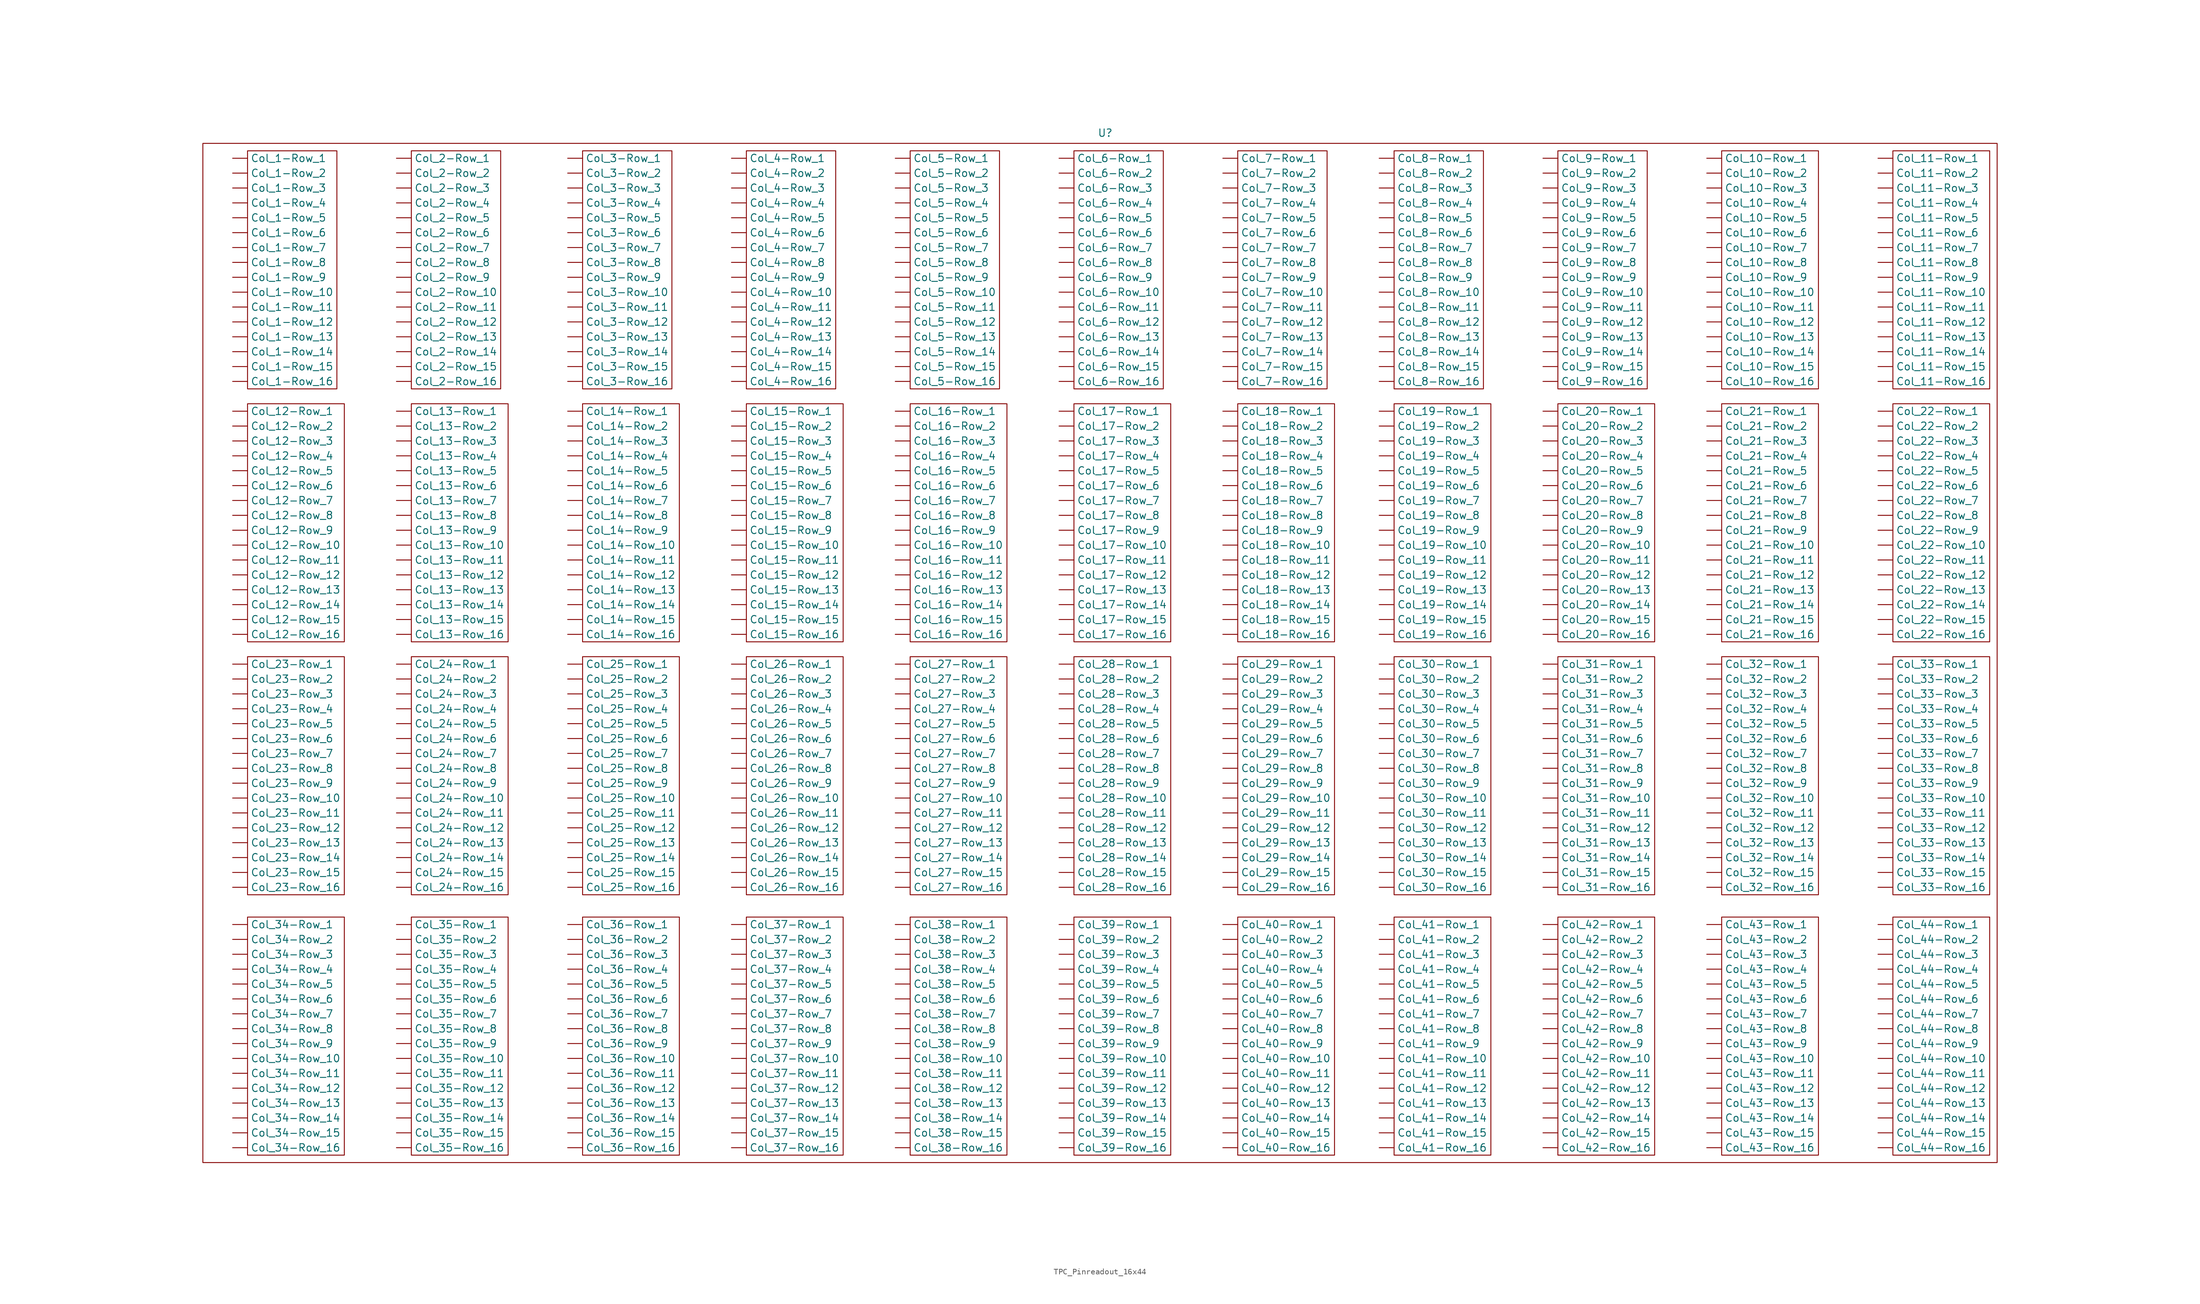
<source format=kicad_sym>
(kicad_symbol_lib
  (version 20231120)
  (generator "kicad_symbol_editor")
  (generator_version "8.0")
  (symbol "TPC_Pinreadout_16x44"
    (property "Reference" "U"
      (at 153.924 175.768 0)
      (effects (font (size 1.27 1.27))))
    (property "Value" ""
      (at 7.62 132.08 0)
      (effects (font (size 1.27 1.27))))
    (symbol "TPC_Pinreadout_16x44_0_1"
      (rectangle (start 0 173.99) (end 306.07 0) (stroke (width 0) (type default)) (fill (type none)))
      (rectangle (start 7.62 41.91) (end 24.13 1.27) (stroke (width 0) (type default)) (fill (type none)))
      (rectangle (start 7.62 86.36) (end 24.13 45.72) (stroke (width 0) (type default)) (fill (type none)))
      (rectangle (start 7.62 129.54) (end 24.13 88.9) (stroke (width 0) (type default)) (fill (type none)))
      (rectangle (start 7.62 172.72) (end 22.86 132.08) (stroke (width 0) (type default)) (fill (type none)))
      (rectangle (start 35.56 41.91) (end 52.07 1.27) (stroke (width 0) (type default)) (fill (type none)))
      (rectangle (start 35.56 86.36) (end 52.07 45.72) (stroke (width 0) (type default)) (fill (type none)))
      (rectangle (start 35.56 129.54) (end 52.07 88.9) (stroke (width 0) (type default)) (fill (type none)))
      (rectangle (start 35.56 172.72) (end 50.8 132.08) (stroke (width 0) (type default)) (fill (type none)))
      (rectangle (start 64.77 41.91) (end 81.28 1.27) (stroke (width 0) (type default)) (fill (type none)))
      (rectangle (start 64.77 86.36) (end 81.28 45.72) (stroke (width 0) (type default)) (fill (type none)))
      (rectangle (start 64.77 129.54) (end 81.28 88.9) (stroke (width 0) (type default)) (fill (type none)))
      (rectangle (start 64.77 172.72) (end 80.01 132.08) (stroke (width 0) (type default)) (fill (type none)))
      (rectangle (start 92.71 41.91) (end 109.22 1.27) (stroke (width 0) (type default)) (fill (type none)))
      (rectangle (start 92.71 86.36) (end 109.22 45.72) (stroke (width 0) (type default)) (fill (type none)))
      (rectangle (start 92.71 129.54) (end 109.22 88.9) (stroke (width 0) (type default)) (fill (type none)))
      (rectangle (start 92.71 172.72) (end 107.95 132.08) (stroke (width 0) (type default)) (fill (type none)))
      (rectangle (start 120.65 41.91) (end 137.16 1.27) (stroke (width 0) (type default)) (fill (type none)))
      (rectangle (start 120.65 86.36) (end 137.16 45.72) (stroke (width 0) (type default)) (fill (type none)))
      (rectangle (start 120.65 129.54) (end 137.16 88.9) (stroke (width 0) (type default)) (fill (type none)))
      (rectangle (start 120.65 172.72) (end 135.89 132.08) (stroke (width 0) (type default)) (fill (type none)))
      (rectangle (start 148.59 41.91) (end 165.1 1.27) (stroke (width 0) (type default)) (fill (type none)))
      (rectangle (start 148.59 86.36) (end 165.1 45.72) (stroke (width 0) (type default)) (fill (type none)))
      (rectangle (start 148.59 129.54) (end 165.1 88.9) (stroke (width 0) (type default)) (fill (type none)))
      (rectangle (start 148.59 172.72) (end 163.83 132.08) (stroke (width 0) (type default)) (fill (type none)))
      (rectangle (start 176.53 41.91) (end 193.04 1.27) (stroke (width 0) (type default)) (fill (type none)))
      (rectangle (start 176.53 86.36) (end 193.04 45.72) (stroke (width 0) (type default)) (fill (type none)))
      (rectangle (start 176.53 129.54) (end 193.04 88.9) (stroke (width 0) (type default)) (fill (type none)))
      (rectangle (start 176.53 172.72) (end 191.77 132.08) (stroke (width 0) (type default)) (fill (type none)))
      (rectangle (start 203.2 41.91) (end 219.71 1.27) (stroke (width 0) (type default)) (fill (type none)))
      (rectangle (start 203.2 86.36) (end 219.71 45.72) (stroke (width 0) (type default)) (fill (type none)))
      (rectangle (start 203.2 129.54) (end 219.71 88.9) (stroke (width 0) (type default)) (fill (type none)))
      (rectangle (start 203.2 172.72) (end 218.44 132.08) (stroke (width 0) (type default)) (fill (type none)))
      (rectangle (start 231.14 41.91) (end 247.65 1.27) (stroke (width 0) (type default)) (fill (type none)))
      (rectangle (start 231.14 86.36) (end 247.65 45.72) (stroke (width 0) (type default)) (fill (type none)))
      (rectangle (start 231.14 129.54) (end 247.65 88.9) (stroke (width 0) (type default)) (fill (type none)))
      (rectangle (start 231.14 172.72) (end 246.38 132.08) (stroke (width 0) (type default)) (fill (type none)))
      (rectangle (start 259.08 41.91) (end 275.59 1.27) (stroke (width 0) (type default)) (fill (type none)))
      (rectangle (start 259.08 86.36) (end 275.59 45.72) (stroke (width 0) (type default)) (fill (type none)))
      (rectangle (start 259.08 129.54) (end 275.59 88.9) (stroke (width 0) (type default)) (fill (type none)))
      (rectangle (start 259.08 172.72) (end 275.59 132.08) (stroke (width 0) (type default)) (fill (type none)))
      (rectangle (start 288.29 41.91) (end 304.8 1.27) (stroke (width 0) (type default)) (fill (type none)))
      (rectangle (start 288.29 86.36) (end 304.8 45.72) (stroke (width 0) (type default)) (fill (type none)))
      (rectangle (start 288.29 129.54) (end 304.8 88.9) (stroke (width 0) (type default)) (fill (type none)))
      (rectangle (start 288.29 172.72) (end 304.8 132.08) (stroke (width 0) (type default)) (fill (type none))))
    (symbol "TPC_Pinreadout_16x44_1_1"
      (pin input line (at 5.08 171.45 0) (length 2.54) (name "Col_1-Row_1" (effects (font (size 1.27 1.27)))) (number "" (effects (font (size 1.27 1.27)))))
      (pin input line (at 5.08 148.59 0) (length 2.54) (name "Col_1-Row_10" (effects (font (size 1.27 1.27)))) (number "" (effects (font (size 1.27 1.27)))))
      (pin input line (at 5.08 146.05 0) (length 2.54) (name "Col_1-Row_11" (effects (font (size 1.27 1.27)))) (number "" (effects (font (size 1.27 1.27)))))
      (pin input line (at 5.08 143.51 0) (length 2.54) (name "Col_1-Row_12" (effects (font (size 1.27 1.27)))) (number "" (effects (font (size 1.27 1.27)))))
      (pin input line (at 5.08 140.97 0) (length 2.54) (name "Col_1-Row_13" (effects (font (size 1.27 1.27)))) (number "" (effects (font (size 1.27 1.27)))))
      (pin input line (at 5.08 138.43 0) (length 2.54) (name "Col_1-Row_14" (effects (font (size 1.27 1.27)))) (number "" (effects (font (size 1.27 1.27)))))
      (pin input line (at 5.08 135.89 0) (length 2.54) (name "Col_1-Row_15" (effects (font (size 1.27 1.27)))) (number "" (effects (font (size 1.27 1.27)))))
      (pin input line (at 5.08 133.35 0) (length 2.54) (name "Col_1-Row_16" (effects (font (size 1.27 1.27)))) (number "" (effects (font (size 1.27 1.27)))))
      (pin input line (at 5.08 168.91 0) (length 2.54) (name "Col_1-Row_2" (effects (font (size 1.27 1.27)))) (number "" (effects (font (size 1.27 1.27)))))
      (pin input line (at 5.08 166.37 0) (length 2.54) (name "Col_1-Row_3" (effects (font (size 1.27 1.27)))) (number "" (effects (font (size 1.27 1.27)))))
      (pin input line (at 5.08 163.83 0) (length 2.54) (name "Col_1-Row_4" (effects (font (size 1.27 1.27)))) (number "" (effects (font (size 1.27 1.27)))))
      (pin input line (at 5.08 161.29 0) (length 2.54) (name "Col_1-Row_5" (effects (font (size 1.27 1.27)))) (number "" (effects (font (size 1.27 1.27)))))
      (pin input line (at 5.08 158.75 0) (length 2.54) (name "Col_1-Row_6" (effects (font (size 1.27 1.27)))) (number "" (effects (font (size 1.27 1.27)))))
      (pin input line (at 5.08 156.21 0) (length 2.54) (name "Col_1-Row_7" (effects (font (size 1.27 1.27)))) (number "" (effects (font (size 1.27 1.27)))))
      (pin input line (at 5.08 153.67 0) (length 2.54) (name "Col_1-Row_8" (effects (font (size 1.27 1.27)))) (number "" (effects (font (size 1.27 1.27)))))
      (pin input line (at 5.08 151.13 0) (length 2.54) (name "Col_1-Row_9" (effects (font (size 1.27 1.27)))) (number "" (effects (font (size 1.27 1.27)))))
      (pin input line (at 256.54 171.45 0) (length 2.54) (name "Col_10-Row_1" (effects (font (size 1.27 1.27)))) (number "" (effects (font (size 1.27 1.27)))))
      (pin input line (at 256.54 148.59 0) (length 2.54) (name "Col_10-Row_10" (effects (font (size 1.27 1.27)))) (number "" (effects (font (size 1.27 1.27)))))
      (pin input line (at 256.54 146.05 0) (length 2.54) (name "Col_10-Row_11" (effects (font (size 1.27 1.27)))) (number "" (effects (font (size 1.27 1.27)))))
      (pin input line (at 256.54 143.51 0) (length 2.54) (name "Col_10-Row_12" (effects (font (size 1.27 1.27)))) (number "" (effects (font (size 1.27 1.27)))))
      (pin input line (at 256.54 140.97 0) (length 2.54) (name "Col_10-Row_13" (effects (font (size 1.27 1.27)))) (number "" (effects (font (size 1.27 1.27)))))
      (pin input line (at 256.54 138.43 0) (length 2.54) (name "Col_10-Row_14" (effects (font (size 1.27 1.27)))) (number "" (effects (font (size 1.27 1.27)))))
      (pin input line (at 256.54 135.89 0) (length 2.54) (name "Col_10-Row_15" (effects (font (size 1.27 1.27)))) (number "" (effects (font (size 1.27 1.27)))))
      (pin input line (at 256.54 133.35 0) (length 2.54) (name "Col_10-Row_16" (effects (font (size 1.27 1.27)))) (number "" (effects (font (size 1.27 1.27)))))
      (pin input line (at 256.54 168.91 0) (length 2.54) (name "Col_10-Row_2" (effects (font (size 1.27 1.27)))) (number "" (effects (font (size 1.27 1.27)))))
      (pin input line (at 256.54 166.37 0) (length 2.54) (name "Col_10-Row_3" (effects (font (size 1.27 1.27)))) (number "" (effects (font (size 1.27 1.27)))))
      (pin input line (at 256.54 163.83 0) (length 2.54) (name "Col_10-Row_4" (effects (font (size 1.27 1.27)))) (number "" (effects (font (size 1.27 1.27)))))
      (pin input line (at 256.54 161.29 0) (length 2.54) (name "Col_10-Row_5" (effects (font (size 1.27 1.27)))) (number "" (effects (font (size 1.27 1.27)))))
      (pin input line (at 256.54 158.75 0) (length 2.54) (name "Col_10-Row_6" (effects (font (size 1.27 1.27)))) (number "" (effects (font (size 1.27 1.27)))))
      (pin input line (at 256.54 156.21 0) (length 2.54) (name "Col_10-Row_7" (effects (font (size 1.27 1.27)))) (number "" (effects (font (size 1.27 1.27)))))
      (pin input line (at 256.54 153.67 0) (length 2.54) (name "Col_10-Row_8" (effects (font (size 1.27 1.27)))) (number "" (effects (font (size 1.27 1.27)))))
      (pin input line (at 256.54 151.13 0) (length 2.54) (name "Col_10-Row_9" (effects (font (size 1.27 1.27)))) (number "" (effects (font (size 1.27 1.27)))))
      (pin input line (at 285.75 171.45 0) (length 2.54) (name "Col_11-Row_1" (effects (font (size 1.27 1.27)))) (number "" (effects (font (size 1.27 1.27)))))
      (pin input line (at 285.75 148.59 0) (length 2.54) (name "Col_11-Row_10" (effects (font (size 1.27 1.27)))) (number "" (effects (font (size 1.27 1.27)))))
      (pin input line (at 285.75 146.05 0) (length 2.54) (name "Col_11-Row_11" (effects (font (size 1.27 1.27)))) (number "" (effects (font (size 1.27 1.27)))))
      (pin input line (at 285.75 143.51 0) (length 2.54) (name "Col_11-Row_12" (effects (font (size 1.27 1.27)))) (number "" (effects (font (size 1.27 1.27)))))
      (pin input line (at 285.75 140.97 0) (length 2.54) (name "Col_11-Row_13" (effects (font (size 1.27 1.27)))) (number "" (effects (font (size 1.27 1.27)))))
      (pin input line (at 285.75 138.43 0) (length 2.54) (name "Col_11-Row_14" (effects (font (size 1.27 1.27)))) (number "" (effects (font (size 1.27 1.27)))))
      (pin input line (at 285.75 135.89 0) (length 2.54) (name "Col_11-Row_15" (effects (font (size 1.27 1.27)))) (number "" (effects (font (size 1.27 1.27)))))
      (pin input line (at 285.75 133.35 0) (length 2.54) (name "Col_11-Row_16" (effects (font (size 1.27 1.27)))) (number "" (effects (font (size 1.27 1.27)))))
      (pin input line (at 285.75 168.91 0) (length 2.54) (name "Col_11-Row_2" (effects (font (size 1.27 1.27)))) (number "" (effects (font (size 1.27 1.27)))))
      (pin input line (at 285.75 166.37 0) (length 2.54) (name "Col_11-Row_3" (effects (font (size 1.27 1.27)))) (number "" (effects (font (size 1.27 1.27)))))
      (pin input line (at 285.75 163.83 0) (length 2.54) (name "Col_11-Row_4" (effects (font (size 1.27 1.27)))) (number "" (effects (font (size 1.27 1.27)))))
      (pin input line (at 285.75 161.29 0) (length 2.54) (name "Col_11-Row_5" (effects (font (size 1.27 1.27)))) (number "" (effects (font (size 1.27 1.27)))))
      (pin input line (at 285.75 158.75 0) (length 2.54) (name "Col_11-Row_6" (effects (font (size 1.27 1.27)))) (number "" (effects (font (size 1.27 1.27)))))
      (pin input line (at 285.75 156.21 0) (length 2.54) (name "Col_11-Row_7" (effects (font (size 1.27 1.27)))) (number "" (effects (font (size 1.27 1.27)))))
      (pin input line (at 285.75 153.67 0) (length 2.54) (name "Col_11-Row_8" (effects (font (size 1.27 1.27)))) (number "" (effects (font (size 1.27 1.27)))))
      (pin input line (at 285.75 151.13 0) (length 2.54) (name "Col_11-Row_9" (effects (font (size 1.27 1.27)))) (number "" (effects (font (size 1.27 1.27)))))
      (pin input line (at 5.08 128.27 0) (length 2.54) (name "Col_12-Row_1" (effects (font (size 1.27 1.27)))) (number "" (effects (font (size 1.27 1.27)))))
      (pin input line (at 5.08 105.41 0) (length 2.54) (name "Col_12-Row_10" (effects (font (size 1.27 1.27)))) (number "" (effects (font (size 1.27 1.27)))))
      (pin input line (at 5.08 102.87 0) (length 2.54) (name "Col_12-Row_11" (effects (font (size 1.27 1.27)))) (number "" (effects (font (size 1.27 1.27)))))
      (pin input line (at 5.08 100.33 0) (length 2.54) (name "Col_12-Row_12" (effects (font (size 1.27 1.27)))) (number "" (effects (font (size 1.27 1.27)))))
      (pin input line (at 5.08 97.79 0) (length 2.54) (name "Col_12-Row_13" (effects (font (size 1.27 1.27)))) (number "" (effects (font (size 1.27 1.27)))))
      (pin input line (at 5.08 95.25 0) (length 2.54) (name "Col_12-Row_14" (effects (font (size 1.27 1.27)))) (number "" (effects (font (size 1.27 1.27)))))
      (pin input line (at 5.08 92.71 0) (length 2.54) (name "Col_12-Row_15" (effects (font (size 1.27 1.27)))) (number "" (effects (font (size 1.27 1.27)))))
      (pin input line (at 5.08 90.17 0) (length 2.54) (name "Col_12-Row_16" (effects (font (size 1.27 1.27)))) (number "" (effects (font (size 1.27 1.27)))))
      (pin input line (at 5.08 125.73 0) (length 2.54) (name "Col_12-Row_2" (effects (font (size 1.27 1.27)))) (number "" (effects (font (size 1.27 1.27)))))
      (pin input line (at 5.08 123.19 0) (length 2.54) (name "Col_12-Row_3" (effects (font (size 1.27 1.27)))) (number "" (effects (font (size 1.27 1.27)))))
      (pin input line (at 5.08 120.65 0) (length 2.54) (name "Col_12-Row_4" (effects (font (size 1.27 1.27)))) (number "" (effects (font (size 1.27 1.27)))))
      (pin input line (at 5.08 118.11 0) (length 2.54) (name "Col_12-Row_5" (effects (font (size 1.27 1.27)))) (number "" (effects (font (size 1.27 1.27)))))
      (pin input line (at 5.08 115.57 0) (length 2.54) (name "Col_12-Row_6" (effects (font (size 1.27 1.27)))) (number "" (effects (font (size 1.27 1.27)))))
      (pin input line (at 5.08 113.03 0) (length 2.54) (name "Col_12-Row_7" (effects (font (size 1.27 1.27)))) (number "" (effects (font (size 1.27 1.27)))))
      (pin input line (at 5.08 110.49 0) (length 2.54) (name "Col_12-Row_8" (effects (font (size 1.27 1.27)))) (number "" (effects (font (size 1.27 1.27)))))
      (pin input line (at 5.08 107.95 0) (length 2.54) (name "Col_12-Row_9" (effects (font (size 1.27 1.27)))) (number "" (effects (font (size 1.27 1.27)))))
      (pin input line (at 33.02 128.27 0) (length 2.54) (name "Col_13-Row_1" (effects (font (size 1.27 1.27)))) (number "" (effects (font (size 1.27 1.27)))))
      (pin input line (at 33.02 105.41 0) (length 2.54) (name "Col_13-Row_10" (effects (font (size 1.27 1.27)))) (number "" (effects (font (size 1.27 1.27)))))
      (pin input line (at 33.02 102.87 0) (length 2.54) (name "Col_13-Row_11" (effects (font (size 1.27 1.27)))) (number "" (effects (font (size 1.27 1.27)))))
      (pin input line (at 33.02 100.33 0) (length 2.54) (name "Col_13-Row_12" (effects (font (size 1.27 1.27)))) (number "" (effects (font (size 1.27 1.27)))))
      (pin input line (at 33.02 97.79 0) (length 2.54) (name "Col_13-Row_13" (effects (font (size 1.27 1.27)))) (number "" (effects (font (size 1.27 1.27)))))
      (pin input line (at 33.02 95.25 0) (length 2.54) (name "Col_13-Row_14" (effects (font (size 1.27 1.27)))) (number "" (effects (font (size 1.27 1.27)))))
      (pin input line (at 33.02 92.71 0) (length 2.54) (name "Col_13-Row_15" (effects (font (size 1.27 1.27)))) (number "" (effects (font (size 1.27 1.27)))))
      (pin input line (at 33.02 90.17 0) (length 2.54) (name "Col_13-Row_16" (effects (font (size 1.27 1.27)))) (number "" (effects (font (size 1.27 1.27)))))
      (pin input line (at 33.02 125.73 0) (length 2.54) (name "Col_13-Row_2" (effects (font (size 1.27 1.27)))) (number "" (effects (font (size 1.27 1.27)))))
      (pin input line (at 33.02 123.19 0) (length 2.54) (name "Col_13-Row_3" (effects (font (size 1.27 1.27)))) (number "" (effects (font (size 1.27 1.27)))))
      (pin input line (at 33.02 120.65 0) (length 2.54) (name "Col_13-Row_4" (effects (font (size 1.27 1.27)))) (number "" (effects (font (size 1.27 1.27)))))
      (pin input line (at 33.02 118.11 0) (length 2.54) (name "Col_13-Row_5" (effects (font (size 1.27 1.27)))) (number "" (effects (font (size 1.27 1.27)))))
      (pin input line (at 33.02 115.57 0) (length 2.54) (name "Col_13-Row_6" (effects (font (size 1.27 1.27)))) (number "" (effects (font (size 1.27 1.27)))))
      (pin input line (at 33.02 113.03 0) (length 2.54) (name "Col_13-Row_7" (effects (font (size 1.27 1.27)))) (number "" (effects (font (size 1.27 1.27)))))
      (pin input line (at 33.02 110.49 0) (length 2.54) (name "Col_13-Row_8" (effects (font (size 1.27 1.27)))) (number "" (effects (font (size 1.27 1.27)))))
      (pin input line (at 33.02 107.95 0) (length 2.54) (name "Col_13-Row_9" (effects (font (size 1.27 1.27)))) (number "" (effects (font (size 1.27 1.27)))))
      (pin input line (at 62.23 128.27 0) (length 2.54) (name "Col_14-Row_1" (effects (font (size 1.27 1.27)))) (number "" (effects (font (size 1.27 1.27)))))
      (pin input line (at 62.23 105.41 0) (length 2.54) (name "Col_14-Row_10" (effects (font (size 1.27 1.27)))) (number "" (effects (font (size 1.27 1.27)))))
      (pin input line (at 62.23 102.87 0) (length 2.54) (name "Col_14-Row_11" (effects (font (size 1.27 1.27)))) (number "" (effects (font (size 1.27 1.27)))))
      (pin input line (at 62.23 100.33 0) (length 2.54) (name "Col_14-Row_12" (effects (font (size 1.27 1.27)))) (number "" (effects (font (size 1.27 1.27)))))
      (pin input line (at 62.23 97.79 0) (length 2.54) (name "Col_14-Row_13" (effects (font (size 1.27 1.27)))) (number "" (effects (font (size 1.27 1.27)))))
      (pin input line (at 62.23 95.25 0) (length 2.54) (name "Col_14-Row_14" (effects (font (size 1.27 1.27)))) (number "" (effects (font (size 1.27 1.27)))))
      (pin input line (at 62.23 92.71 0) (length 2.54) (name "Col_14-Row_15" (effects (font (size 1.27 1.27)))) (number "" (effects (font (size 1.27 1.27)))))
      (pin input line (at 62.23 90.17 0) (length 2.54) (name "Col_14-Row_16" (effects (font (size 1.27 1.27)))) (number "" (effects (font (size 1.27 1.27)))))
      (pin input line (at 62.23 125.73 0) (length 2.54) (name "Col_14-Row_2" (effects (font (size 1.27 1.27)))) (number "" (effects (font (size 1.27 1.27)))))
      (pin input line (at 62.23 123.19 0) (length 2.54) (name "Col_14-Row_3" (effects (font (size 1.27 1.27)))) (number "" (effects (font (size 1.27 1.27)))))
      (pin input line (at 62.23 120.65 0) (length 2.54) (name "Col_14-Row_4" (effects (font (size 1.27 1.27)))) (number "" (effects (font (size 1.27 1.27)))))
      (pin input line (at 62.23 118.11 0) (length 2.54) (name "Col_14-Row_5" (effects (font (size 1.27 1.27)))) (number "" (effects (font (size 1.27 1.27)))))
      (pin input line (at 62.23 115.57 0) (length 2.54) (name "Col_14-Row_6" (effects (font (size 1.27 1.27)))) (number "" (effects (font (size 1.27 1.27)))))
      (pin input line (at 62.23 113.03 0) (length 2.54) (name "Col_14-Row_7" (effects (font (size 1.27 1.27)))) (number "" (effects (font (size 1.27 1.27)))))
      (pin input line (at 62.23 110.49 0) (length 2.54) (name "Col_14-Row_8" (effects (font (size 1.27 1.27)))) (number "" (effects (font (size 1.27 1.27)))))
      (pin input line (at 62.23 107.95 0) (length 2.54) (name "Col_14-Row_9" (effects (font (size 1.27 1.27)))) (number "" (effects (font (size 1.27 1.27)))))
      (pin input line (at 90.17 128.27 0) (length 2.54) (name "Col_15-Row_1" (effects (font (size 1.27 1.27)))) (number "" (effects (font (size 1.27 1.27)))))
      (pin input line (at 90.17 105.41 0) (length 2.54) (name "Col_15-Row_10" (effects (font (size 1.27 1.27)))) (number "" (effects (font (size 1.27 1.27)))))
      (pin input line (at 90.17 102.87 0) (length 2.54) (name "Col_15-Row_11" (effects (font (size 1.27 1.27)))) (number "" (effects (font (size 1.27 1.27)))))
      (pin input line (at 90.17 100.33 0) (length 2.54) (name "Col_15-Row_12" (effects (font (size 1.27 1.27)))) (number "" (effects (font (size 1.27 1.27)))))
      (pin input line (at 90.17 97.79 0) (length 2.54) (name "Col_15-Row_13" (effects (font (size 1.27 1.27)))) (number "" (effects (font (size 1.27 1.27)))))
      (pin input line (at 90.17 95.25 0) (length 2.54) (name "Col_15-Row_14" (effects (font (size 1.27 1.27)))) (number "" (effects (font (size 1.27 1.27)))))
      (pin input line (at 90.17 92.71 0) (length 2.54) (name "Col_15-Row_15" (effects (font (size 1.27 1.27)))) (number "" (effects (font (size 1.27 1.27)))))
      (pin input line (at 90.17 90.17 0) (length 2.54) (name "Col_15-Row_16" (effects (font (size 1.27 1.27)))) (number "" (effects (font (size 1.27 1.27)))))
      (pin input line (at 90.17 125.73 0) (length 2.54) (name "Col_15-Row_2" (effects (font (size 1.27 1.27)))) (number "" (effects (font (size 1.27 1.27)))))
      (pin input line (at 90.17 123.19 0) (length 2.54) (name "Col_15-Row_3" (effects (font (size 1.27 1.27)))) (number "" (effects (font (size 1.27 1.27)))))
      (pin input line (at 90.17 120.65 0) (length 2.54) (name "Col_15-Row_4" (effects (font (size 1.27 1.27)))) (number "" (effects (font (size 1.27 1.27)))))
      (pin input line (at 90.17 118.11 0) (length 2.54) (name "Col_15-Row_5" (effects (font (size 1.27 1.27)))) (number "" (effects (font (size 1.27 1.27)))))
      (pin input line (at 90.17 115.57 0) (length 2.54) (name "Col_15-Row_6" (effects (font (size 1.27 1.27)))) (number "" (effects (font (size 1.27 1.27)))))
      (pin input line (at 90.17 113.03 0) (length 2.54) (name "Col_15-Row_7" (effects (font (size 1.27 1.27)))) (number "" (effects (font (size 1.27 1.27)))))
      (pin input line (at 90.17 110.49 0) (length 2.54) (name "Col_15-Row_8" (effects (font (size 1.27 1.27)))) (number "" (effects (font (size 1.27 1.27)))))
      (pin input line (at 90.17 107.95 0) (length 2.54) (name "Col_15-Row_9" (effects (font (size 1.27 1.27)))) (number "" (effects (font (size 1.27 1.27)))))
      (pin input line (at 118.11 128.27 0) (length 2.54) (name "Col_16-Row_1" (effects (font (size 1.27 1.27)))) (number "" (effects (font (size 1.27 1.27)))))
      (pin input line (at 118.11 105.41 0) (length 2.54) (name "Col_16-Row_10" (effects (font (size 1.27 1.27)))) (number "" (effects (font (size 1.27 1.27)))))
      (pin input line (at 118.11 102.87 0) (length 2.54) (name "Col_16-Row_11" (effects (font (size 1.27 1.27)))) (number "" (effects (font (size 1.27 1.27)))))
      (pin input line (at 118.11 100.33 0) (length 2.54) (name "Col_16-Row_12" (effects (font (size 1.27 1.27)))) (number "" (effects (font (size 1.27 1.27)))))
      (pin input line (at 118.11 97.79 0) (length 2.54) (name "Col_16-Row_13" (effects (font (size 1.27 1.27)))) (number "" (effects (font (size 1.27 1.27)))))
      (pin input line (at 118.11 95.25 0) (length 2.54) (name "Col_16-Row_14" (effects (font (size 1.27 1.27)))) (number "" (effects (font (size 1.27 1.27)))))
      (pin input line (at 118.11 92.71 0) (length 2.54) (name "Col_16-Row_15" (effects (font (size 1.27 1.27)))) (number "" (effects (font (size 1.27 1.27)))))
      (pin input line (at 118.11 90.17 0) (length 2.54) (name "Col_16-Row_16" (effects (font (size 1.27 1.27)))) (number "" (effects (font (size 1.27 1.27)))))
      (pin input line (at 118.11 125.73 0) (length 2.54) (name "Col_16-Row_2" (effects (font (size 1.27 1.27)))) (number "" (effects (font (size 1.27 1.27)))))
      (pin input line (at 118.11 123.19 0) (length 2.54) (name "Col_16-Row_3" (effects (font (size 1.27 1.27)))) (number "" (effects (font (size 1.27 1.27)))))
      (pin input line (at 118.11 120.65 0) (length 2.54) (name "Col_16-Row_4" (effects (font (size 1.27 1.27)))) (number "" (effects (font (size 1.27 1.27)))))
      (pin input line (at 118.11 118.11 0) (length 2.54) (name "Col_16-Row_5" (effects (font (size 1.27 1.27)))) (number "" (effects (font (size 1.27 1.27)))))
      (pin input line (at 118.11 115.57 0) (length 2.54) (name "Col_16-Row_6" (effects (font (size 1.27 1.27)))) (number "" (effects (font (size 1.27 1.27)))))
      (pin input line (at 118.11 113.03 0) (length 2.54) (name "Col_16-Row_7" (effects (font (size 1.27 1.27)))) (number "" (effects (font (size 1.27 1.27)))))
      (pin input line (at 118.11 110.49 0) (length 2.54) (name "Col_16-Row_8" (effects (font (size 1.27 1.27)))) (number "" (effects (font (size 1.27 1.27)))))
      (pin input line (at 118.11 107.95 0) (length 2.54) (name "Col_16-Row_9" (effects (font (size 1.27 1.27)))) (number "" (effects (font (size 1.27 1.27)))))
      (pin input line (at 146.05 128.27 0) (length 2.54) (name "Col_17-Row_1" (effects (font (size 1.27 1.27)))) (number "" (effects (font (size 1.27 1.27)))))
      (pin input line (at 146.05 105.41 0) (length 2.54) (name "Col_17-Row_10" (effects (font (size 1.27 1.27)))) (number "" (effects (font (size 1.27 1.27)))))
      (pin input line (at 146.05 102.87 0) (length 2.54) (name "Col_17-Row_11" (effects (font (size 1.27 1.27)))) (number "" (effects (font (size 1.27 1.27)))))
      (pin input line (at 146.05 100.33 0) (length 2.54) (name "Col_17-Row_12" (effects (font (size 1.27 1.27)))) (number "" (effects (font (size 1.27 1.27)))))
      (pin input line (at 146.05 97.79 0) (length 2.54) (name "Col_17-Row_13" (effects (font (size 1.27 1.27)))) (number "" (effects (font (size 1.27 1.27)))))
      (pin input line (at 146.05 95.25 0) (length 2.54) (name "Col_17-Row_14" (effects (font (size 1.27 1.27)))) (number "" (effects (font (size 1.27 1.27)))))
      (pin input line (at 146.05 92.71 0) (length 2.54) (name "Col_17-Row_15" (effects (font (size 1.27 1.27)))) (number "" (effects (font (size 1.27 1.27)))))
      (pin input line (at 146.05 90.17 0) (length 2.54) (name "Col_17-Row_16" (effects (font (size 1.27 1.27)))) (number "" (effects (font (size 1.27 1.27)))))
      (pin input line (at 146.05 125.73 0) (length 2.54) (name "Col_17-Row_2" (effects (font (size 1.27 1.27)))) (number "" (effects (font (size 1.27 1.27)))))
      (pin input line (at 146.05 123.19 0) (length 2.54) (name "Col_17-Row_3" (effects (font (size 1.27 1.27)))) (number "" (effects (font (size 1.27 1.27)))))
      (pin input line (at 146.05 120.65 0) (length 2.54) (name "Col_17-Row_4" (effects (font (size 1.27 1.27)))) (number "" (effects (font (size 1.27 1.27)))))
      (pin input line (at 146.05 118.11 0) (length 2.54) (name "Col_17-Row_5" (effects (font (size 1.27 1.27)))) (number "" (effects (font (size 1.27 1.27)))))
      (pin input line (at 146.05 115.57 0) (length 2.54) (name "Col_17-Row_6" (effects (font (size 1.27 1.27)))) (number "" (effects (font (size 1.27 1.27)))))
      (pin input line (at 146.05 113.03 0) (length 2.54) (name "Col_17-Row_7" (effects (font (size 1.27 1.27)))) (number "" (effects (font (size 1.27 1.27)))))
      (pin input line (at 146.05 110.49 0) (length 2.54) (name "Col_17-Row_8" (effects (font (size 1.27 1.27)))) (number "" (effects (font (size 1.27 1.27)))))
      (pin input line (at 146.05 107.95 0) (length 2.54) (name "Col_17-Row_9" (effects (font (size 1.27 1.27)))) (number "" (effects (font (size 1.27 1.27)))))
      (pin input line (at 173.99 128.27 0) (length 2.54) (name "Col_18-Row_1" (effects (font (size 1.27 1.27)))) (number "" (effects (font (size 1.27 1.27)))))
      (pin input line (at 173.99 105.41 0) (length 2.54) (name "Col_18-Row_10" (effects (font (size 1.27 1.27)))) (number "" (effects (font (size 1.27 1.27)))))
      (pin input line (at 173.99 102.87 0) (length 2.54) (name "Col_18-Row_11" (effects (font (size 1.27 1.27)))) (number "" (effects (font (size 1.27 1.27)))))
      (pin input line (at 173.99 100.33 0) (length 2.54) (name "Col_18-Row_12" (effects (font (size 1.27 1.27)))) (number "" (effects (font (size 1.27 1.27)))))
      (pin input line (at 173.99 97.79 0) (length 2.54) (name "Col_18-Row_13" (effects (font (size 1.27 1.27)))) (number "" (effects (font (size 1.27 1.27)))))
      (pin input line (at 173.99 95.25 0) (length 2.54) (name "Col_18-Row_14" (effects (font (size 1.27 1.27)))) (number "" (effects (font (size 1.27 1.27)))))
      (pin input line (at 173.99 92.71 0) (length 2.54) (name "Col_18-Row_15" (effects (font (size 1.27 1.27)))) (number "" (effects (font (size 1.27 1.27)))))
      (pin input line (at 173.99 90.17 0) (length 2.54) (name "Col_18-Row_16" (effects (font (size 1.27 1.27)))) (number "" (effects (font (size 1.27 1.27)))))
      (pin input line (at 173.99 125.73 0) (length 2.54) (name "Col_18-Row_2" (effects (font (size 1.27 1.27)))) (number "" (effects (font (size 1.27 1.27)))))
      (pin input line (at 173.99 123.19 0) (length 2.54) (name "Col_18-Row_3" (effects (font (size 1.27 1.27)))) (number "" (effects (font (size 1.27 1.27)))))
      (pin input line (at 173.99 120.65 0) (length 2.54) (name "Col_18-Row_4" (effects (font (size 1.27 1.27)))) (number "" (effects (font (size 1.27 1.27)))))
      (pin input line (at 173.99 118.11 0) (length 2.54) (name "Col_18-Row_5" (effects (font (size 1.27 1.27)))) (number "" (effects (font (size 1.27 1.27)))))
      (pin input line (at 173.99 115.57 0) (length 2.54) (name "Col_18-Row_6" (effects (font (size 1.27 1.27)))) (number "" (effects (font (size 1.27 1.27)))))
      (pin input line (at 173.99 113.03 0) (length 2.54) (name "Col_18-Row_7" (effects (font (size 1.27 1.27)))) (number "" (effects (font (size 1.27 1.27)))))
      (pin input line (at 173.99 110.49 0) (length 2.54) (name "Col_18-Row_8" (effects (font (size 1.27 1.27)))) (number "" (effects (font (size 1.27 1.27)))))
      (pin input line (at 173.99 107.95 0) (length 2.54) (name "Col_18-Row_9" (effects (font (size 1.27 1.27)))) (number "" (effects (font (size 1.27 1.27)))))
      (pin input line (at 200.66 128.27 0) (length 2.54) (name "Col_19-Row_1" (effects (font (size 1.27 1.27)))) (number "" (effects (font (size 1.27 1.27)))))
      (pin input line (at 200.66 105.41 0) (length 2.54) (name "Col_19-Row_10" (effects (font (size 1.27 1.27)))) (number "" (effects (font (size 1.27 1.27)))))
      (pin input line (at 200.66 102.87 0) (length 2.54) (name "Col_19-Row_11" (effects (font (size 1.27 1.27)))) (number "" (effects (font (size 1.27 1.27)))))
      (pin input line (at 200.66 100.33 0) (length 2.54) (name "Col_19-Row_12" (effects (font (size 1.27 1.27)))) (number "" (effects (font (size 1.27 1.27)))))
      (pin input line (at 200.66 97.79 0) (length 2.54) (name "Col_19-Row_13" (effects (font (size 1.27 1.27)))) (number "" (effects (font (size 1.27 1.27)))))
      (pin input line (at 200.66 95.25 0) (length 2.54) (name "Col_19-Row_14" (effects (font (size 1.27 1.27)))) (number "" (effects (font (size 1.27 1.27)))))
      (pin input line (at 200.66 92.71 0) (length 2.54) (name "Col_19-Row_15" (effects (font (size 1.27 1.27)))) (number "" (effects (font (size 1.27 1.27)))))
      (pin input line (at 200.66 90.17 0) (length 2.54) (name "Col_19-Row_16" (effects (font (size 1.27 1.27)))) (number "" (effects (font (size 1.27 1.27)))))
      (pin input line (at 200.66 125.73 0) (length 2.54) (name "Col_19-Row_2" (effects (font (size 1.27 1.27)))) (number "" (effects (font (size 1.27 1.27)))))
      (pin input line (at 200.66 123.19 0) (length 2.54) (name "Col_19-Row_3" (effects (font (size 1.27 1.27)))) (number "" (effects (font (size 1.27 1.27)))))
      (pin input line (at 200.66 120.65 0) (length 2.54) (name "Col_19-Row_4" (effects (font (size 1.27 1.27)))) (number "" (effects (font (size 1.27 1.27)))))
      (pin input line (at 200.66 118.11 0) (length 2.54) (name "Col_19-Row_5" (effects (font (size 1.27 1.27)))) (number "" (effects (font (size 1.27 1.27)))))
      (pin input line (at 200.66 115.57 0) (length 2.54) (name "Col_19-Row_6" (effects (font (size 1.27 1.27)))) (number "" (effects (font (size 1.27 1.27)))))
      (pin input line (at 200.66 113.03 0) (length 2.54) (name "Col_19-Row_7" (effects (font (size 1.27 1.27)))) (number "" (effects (font (size 1.27 1.27)))))
      (pin input line (at 200.66 110.49 0) (length 2.54) (name "Col_19-Row_8" (effects (font (size 1.27 1.27)))) (number "" (effects (font (size 1.27 1.27)))))
      (pin input line (at 200.66 107.95 0) (length 2.54) (name "Col_19-Row_9" (effects (font (size 1.27 1.27)))) (number "" (effects (font (size 1.27 1.27)))))
      (pin input line (at 33.02 171.45 0) (length 2.54) (name "Col_2-Row_1" (effects (font (size 1.27 1.27)))) (number "" (effects (font (size 1.27 1.27)))))
      (pin input line (at 33.02 148.59 0) (length 2.54) (name "Col_2-Row_10" (effects (font (size 1.27 1.27)))) (number "" (effects (font (size 1.27 1.27)))))
      (pin input line (at 33.02 146.05 0) (length 2.54) (name "Col_2-Row_11" (effects (font (size 1.27 1.27)))) (number "" (effects (font (size 1.27 1.27)))))
      (pin input line (at 33.02 143.51 0) (length 2.54) (name "Col_2-Row_12" (effects (font (size 1.27 1.27)))) (number "" (effects (font (size 1.27 1.27)))))
      (pin input line (at 33.02 140.97 0) (length 2.54) (name "Col_2-Row_13" (effects (font (size 1.27 1.27)))) (number "" (effects (font (size 1.27 1.27)))))
      (pin input line (at 33.02 138.43 0) (length 2.54) (name "Col_2-Row_14" (effects (font (size 1.27 1.27)))) (number "" (effects (font (size 1.27 1.27)))))
      (pin input line (at 33.02 135.89 0) (length 2.54) (name "Col_2-Row_15" (effects (font (size 1.27 1.27)))) (number "" (effects (font (size 1.27 1.27)))))
      (pin input line (at 33.02 133.35 0) (length 2.54) (name "Col_2-Row_16" (effects (font (size 1.27 1.27)))) (number "" (effects (font (size 1.27 1.27)))))
      (pin input line (at 33.02 168.91 0) (length 2.54) (name "Col_2-Row_2" (effects (font (size 1.27 1.27)))) (number "" (effects (font (size 1.27 1.27)))))
      (pin input line (at 33.02 166.37 0) (length 2.54) (name "Col_2-Row_3" (effects (font (size 1.27 1.27)))) (number "" (effects (font (size 1.27 1.27)))))
      (pin input line (at 33.02 163.83 0) (length 2.54) (name "Col_2-Row_4" (effects (font (size 1.27 1.27)))) (number "" (effects (font (size 1.27 1.27)))))
      (pin input line (at 33.02 161.29 0) (length 2.54) (name "Col_2-Row_5" (effects (font (size 1.27 1.27)))) (number "" (effects (font (size 1.27 1.27)))))
      (pin input line (at 33.02 158.75 0) (length 2.54) (name "Col_2-Row_6" (effects (font (size 1.27 1.27)))) (number "" (effects (font (size 1.27 1.27)))))
      (pin input line (at 33.02 156.21 0) (length 2.54) (name "Col_2-Row_7" (effects (font (size 1.27 1.27)))) (number "" (effects (font (size 1.27 1.27)))))
      (pin input line (at 33.02 153.67 0) (length 2.54) (name "Col_2-Row_8" (effects (font (size 1.27 1.27)))) (number "" (effects (font (size 1.27 1.27)))))
      (pin input line (at 33.02 151.13 0) (length 2.54) (name "Col_2-Row_9" (effects (font (size 1.27 1.27)))) (number "" (effects (font (size 1.27 1.27)))))
      (pin input line (at 228.6 128.27 0) (length 2.54) (name "Col_20-Row_1" (effects (font (size 1.27 1.27)))) (number "" (effects (font (size 1.27 1.27)))))
      (pin input line (at 228.6 105.41 0) (length 2.54) (name "Col_20-Row_10" (effects (font (size 1.27 1.27)))) (number "" (effects (font (size 1.27 1.27)))))
      (pin input line (at 228.6 102.87 0) (length 2.54) (name "Col_20-Row_11" (effects (font (size 1.27 1.27)))) (number "" (effects (font (size 1.27 1.27)))))
      (pin input line (at 228.6 100.33 0) (length 2.54) (name "Col_20-Row_12" (effects (font (size 1.27 1.27)))) (number "" (effects (font (size 1.27 1.27)))))
      (pin input line (at 228.6 97.79 0) (length 2.54) (name "Col_20-Row_13" (effects (font (size 1.27 1.27)))) (number "" (effects (font (size 1.27 1.27)))))
      (pin input line (at 228.6 95.25 0) (length 2.54) (name "Col_20-Row_14" (effects (font (size 1.27 1.27)))) (number "" (effects (font (size 1.27 1.27)))))
      (pin input line (at 228.6 92.71 0) (length 2.54) (name "Col_20-Row_15" (effects (font (size 1.27 1.27)))) (number "" (effects (font (size 1.27 1.27)))))
      (pin input line (at 228.6 90.17 0) (length 2.54) (name "Col_20-Row_16" (effects (font (size 1.27 1.27)))) (number "" (effects (font (size 1.27 1.27)))))
      (pin input line (at 228.6 125.73 0) (length 2.54) (name "Col_20-Row_2" (effects (font (size 1.27 1.27)))) (number "" (effects (font (size 1.27 1.27)))))
      (pin input line (at 228.6 123.19 0) (length 2.54) (name "Col_20-Row_3" (effects (font (size 1.27 1.27)))) (number "" (effects (font (size 1.27 1.27)))))
      (pin input line (at 228.6 120.65 0) (length 2.54) (name "Col_20-Row_4" (effects (font (size 1.27 1.27)))) (number "" (effects (font (size 1.27 1.27)))))
      (pin input line (at 228.6 118.11 0) (length 2.54) (name "Col_20-Row_5" (effects (font (size 1.27 1.27)))) (number "" (effects (font (size 1.27 1.27)))))
      (pin input line (at 228.6 115.57 0) (length 2.54) (name "Col_20-Row_6" (effects (font (size 1.27 1.27)))) (number "" (effects (font (size 1.27 1.27)))))
      (pin input line (at 228.6 113.03 0) (length 2.54) (name "Col_20-Row_7" (effects (font (size 1.27 1.27)))) (number "" (effects (font (size 1.27 1.27)))))
      (pin input line (at 228.6 110.49 0) (length 2.54) (name "Col_20-Row_8" (effects (font (size 1.27 1.27)))) (number "" (effects (font (size 1.27 1.27)))))
      (pin input line (at 228.6 107.95 0) (length 2.54) (name "Col_20-Row_9" (effects (font (size 1.27 1.27)))) (number "" (effects (font (size 1.27 1.27)))))
      (pin input line (at 256.54 128.27 0) (length 2.54) (name "Col_21-Row_1" (effects (font (size 1.27 1.27)))) (number "" (effects (font (size 1.27 1.27)))))
      (pin input line (at 256.54 105.41 0) (length 2.54) (name "Col_21-Row_10" (effects (font (size 1.27 1.27)))) (number "" (effects (font (size 1.27 1.27)))))
      (pin input line (at 256.54 102.87 0) (length 2.54) (name "Col_21-Row_11" (effects (font (size 1.27 1.27)))) (number "" (effects (font (size 1.27 1.27)))))
      (pin input line (at 256.54 100.33 0) (length 2.54) (name "Col_21-Row_12" (effects (font (size 1.27 1.27)))) (number "" (effects (font (size 1.27 1.27)))))
      (pin input line (at 256.54 97.79 0) (length 2.54) (name "Col_21-Row_13" (effects (font (size 1.27 1.27)))) (number "" (effects (font (size 1.27 1.27)))))
      (pin input line (at 256.54 95.25 0) (length 2.54) (name "Col_21-Row_14" (effects (font (size 1.27 1.27)))) (number "" (effects (font (size 1.27 1.27)))))
      (pin input line (at 256.54 92.71 0) (length 2.54) (name "Col_21-Row_15" (effects (font (size 1.27 1.27)))) (number "" (effects (font (size 1.27 1.27)))))
      (pin input line (at 256.54 90.17 0) (length 2.54) (name "Col_21-Row_16" (effects (font (size 1.27 1.27)))) (number "" (effects (font (size 1.27 1.27)))))
      (pin input line (at 256.54 125.73 0) (length 2.54) (name "Col_21-Row_2" (effects (font (size 1.27 1.27)))) (number "" (effects (font (size 1.27 1.27)))))
      (pin input line (at 256.54 123.19 0) (length 2.54) (name "Col_21-Row_3" (effects (font (size 1.27 1.27)))) (number "" (effects (font (size 1.27 1.27)))))
      (pin input line (at 256.54 120.65 0) (length 2.54) (name "Col_21-Row_4" (effects (font (size 1.27 1.27)))) (number "" (effects (font (size 1.27 1.27)))))
      (pin input line (at 256.54 118.11 0) (length 2.54) (name "Col_21-Row_5" (effects (font (size 1.27 1.27)))) (number "" (effects (font (size 1.27 1.27)))))
      (pin input line (at 256.54 115.57 0) (length 2.54) (name "Col_21-Row_6" (effects (font (size 1.27 1.27)))) (number "" (effects (font (size 1.27 1.27)))))
      (pin input line (at 256.54 113.03 0) (length 2.54) (name "Col_21-Row_7" (effects (font (size 1.27 1.27)))) (number "" (effects (font (size 1.27 1.27)))))
      (pin input line (at 256.54 110.49 0) (length 2.54) (name "Col_21-Row_8" (effects (font (size 1.27 1.27)))) (number "" (effects (font (size 1.27 1.27)))))
      (pin input line (at 256.54 107.95 0) (length 2.54) (name "Col_21-Row_9" (effects (font (size 1.27 1.27)))) (number "" (effects (font (size 1.27 1.27)))))
      (pin input line (at 285.75 128.27 0) (length 2.54) (name "Col_22-Row_1" (effects (font (size 1.27 1.27)))) (number "" (effects (font (size 1.27 1.27)))))
      (pin input line (at 285.75 105.41 0) (length 2.54) (name "Col_22-Row_10" (effects (font (size 1.27 1.27)))) (number "" (effects (font (size 1.27 1.27)))))
      (pin input line (at 285.75 102.87 0) (length 2.54) (name "Col_22-Row_11" (effects (font (size 1.27 1.27)))) (number "" (effects (font (size 1.27 1.27)))))
      (pin input line (at 285.75 100.33 0) (length 2.54) (name "Col_22-Row_12" (effects (font (size 1.27 1.27)))) (number "" (effects (font (size 1.27 1.27)))))
      (pin input line (at 285.75 97.79 0) (length 2.54) (name "Col_22-Row_13" (effects (font (size 1.27 1.27)))) (number "" (effects (font (size 1.27 1.27)))))
      (pin input line (at 285.75 95.25 0) (length 2.54) (name "Col_22-Row_14" (effects (font (size 1.27 1.27)))) (number "" (effects (font (size 1.27 1.27)))))
      (pin input line (at 285.75 92.71 0) (length 2.54) (name "Col_22-Row_15" (effects (font (size 1.27 1.27)))) (number "" (effects (font (size 1.27 1.27)))))
      (pin input line (at 285.75 90.17 0) (length 2.54) (name "Col_22-Row_16" (effects (font (size 1.27 1.27)))) (number "" (effects (font (size 1.27 1.27)))))
      (pin input line (at 285.75 125.73 0) (length 2.54) (name "Col_22-Row_2" (effects (font (size 1.27 1.27)))) (number "" (effects (font (size 1.27 1.27)))))
      (pin input line (at 285.75 123.19 0) (length 2.54) (name "Col_22-Row_3" (effects (font (size 1.27 1.27)))) (number "" (effects (font (size 1.27 1.27)))))
      (pin input line (at 285.75 120.65 0) (length 2.54) (name "Col_22-Row_4" (effects (font (size 1.27 1.27)))) (number "" (effects (font (size 1.27 1.27)))))
      (pin input line (at 285.75 118.11 0) (length 2.54) (name "Col_22-Row_5" (effects (font (size 1.27 1.27)))) (number "" (effects (font (size 1.27 1.27)))))
      (pin input line (at 285.75 115.57 0) (length 2.54) (name "Col_22-Row_6" (effects (font (size 1.27 1.27)))) (number "" (effects (font (size 1.27 1.27)))))
      (pin input line (at 285.75 113.03 0) (length 2.54) (name "Col_22-Row_7" (effects (font (size 1.27 1.27)))) (number "" (effects (font (size 1.27 1.27)))))
      (pin input line (at 285.75 110.49 0) (length 2.54) (name "Col_22-Row_8" (effects (font (size 1.27 1.27)))) (number "" (effects (font (size 1.27 1.27)))))
      (pin input line (at 285.75 107.95 0) (length 2.54) (name "Col_22-Row_9" (effects (font (size 1.27 1.27)))) (number "" (effects (font (size 1.27 1.27)))))
      (pin input line (at 5.08 85.09 0) (length 2.54) (name "Col_23-Row_1" (effects (font (size 1.27 1.27)))) (number "" (effects (font (size 1.27 1.27)))))
      (pin input line (at 5.08 62.23 0) (length 2.54) (name "Col_23-Row_10" (effects (font (size 1.27 1.27)))) (number "" (effects (font (size 1.27 1.27)))))
      (pin input line (at 5.08 59.69 0) (length 2.54) (name "Col_23-Row_11" (effects (font (size 1.27 1.27)))) (number "" (effects (font (size 1.27 1.27)))))
      (pin input line (at 5.08 57.15 0) (length 2.54) (name "Col_23-Row_12" (effects (font (size 1.27 1.27)))) (number "" (effects (font (size 1.27 1.27)))))
      (pin input line (at 5.08 54.61 0) (length 2.54) (name "Col_23-Row_13" (effects (font (size 1.27 1.27)))) (number "" (effects (font (size 1.27 1.27)))))
      (pin input line (at 5.08 52.07 0) (length 2.54) (name "Col_23-Row_14" (effects (font (size 1.27 1.27)))) (number "" (effects (font (size 1.27 1.27)))))
      (pin input line (at 5.08 49.53 0) (length 2.54) (name "Col_23-Row_15" (effects (font (size 1.27 1.27)))) (number "" (effects (font (size 1.27 1.27)))))
      (pin input line (at 5.08 46.99 0) (length 2.54) (name "Col_23-Row_16" (effects (font (size 1.27 1.27)))) (number "" (effects (font (size 1.27 1.27)))))
      (pin input line (at 5.08 82.55 0) (length 2.54) (name "Col_23-Row_2" (effects (font (size 1.27 1.27)))) (number "" (effects (font (size 1.27 1.27)))))
      (pin input line (at 5.08 80.01 0) (length 2.54) (name "Col_23-Row_3" (effects (font (size 1.27 1.27)))) (number "" (effects (font (size 1.27 1.27)))))
      (pin input line (at 5.08 77.47 0) (length 2.54) (name "Col_23-Row_4" (effects (font (size 1.27 1.27)))) (number "" (effects (font (size 1.27 1.27)))))
      (pin input line (at 5.08 74.93 0) (length 2.54) (name "Col_23-Row_5" (effects (font (size 1.27 1.27)))) (number "" (effects (font (size 1.27 1.27)))))
      (pin input line (at 5.08 72.39 0) (length 2.54) (name "Col_23-Row_6" (effects (font (size 1.27 1.27)))) (number "" (effects (font (size 1.27 1.27)))))
      (pin input line (at 5.08 69.85 0) (length 2.54) (name "Col_23-Row_7" (effects (font (size 1.27 1.27)))) (number "" (effects (font (size 1.27 1.27)))))
      (pin input line (at 5.08 67.31 0) (length 2.54) (name "Col_23-Row_8" (effects (font (size 1.27 1.27)))) (number "" (effects (font (size 1.27 1.27)))))
      (pin input line (at 5.08 64.77 0) (length 2.54) (name "Col_23-Row_9" (effects (font (size 1.27 1.27)))) (number "" (effects (font (size 1.27 1.27)))))
      (pin input line (at 33.02 85.09 0) (length 2.54) (name "Col_24-Row_1" (effects (font (size 1.27 1.27)))) (number "" (effects (font (size 1.27 1.27)))))
      (pin input line (at 33.02 62.23 0) (length 2.54) (name "Col_24-Row_10" (effects (font (size 1.27 1.27)))) (number "" (effects (font (size 1.27 1.27)))))
      (pin input line (at 33.02 59.69 0) (length 2.54) (name "Col_24-Row_11" (effects (font (size 1.27 1.27)))) (number "" (effects (font (size 1.27 1.27)))))
      (pin input line (at 33.02 57.15 0) (length 2.54) (name "Col_24-Row_12" (effects (font (size 1.27 1.27)))) (number "" (effects (font (size 1.27 1.27)))))
      (pin input line (at 33.02 54.61 0) (length 2.54) (name "Col_24-Row_13" (effects (font (size 1.27 1.27)))) (number "" (effects (font (size 1.27 1.27)))))
      (pin input line (at 33.02 52.07 0) (length 2.54) (name "Col_24-Row_14" (effects (font (size 1.27 1.27)))) (number "" (effects (font (size 1.27 1.27)))))
      (pin input line (at 33.02 49.53 0) (length 2.54) (name "Col_24-Row_15" (effects (font (size 1.27 1.27)))) (number "" (effects (font (size 1.27 1.27)))))
      (pin input line (at 33.02 46.99 0) (length 2.54) (name "Col_24-Row_16" (effects (font (size 1.27 1.27)))) (number "" (effects (font (size 1.27 1.27)))))
      (pin input line (at 33.02 82.55 0) (length 2.54) (name "Col_24-Row_2" (effects (font (size 1.27 1.27)))) (number "" (effects (font (size 1.27 1.27)))))
      (pin input line (at 33.02 80.01 0) (length 2.54) (name "Col_24-Row_3" (effects (font (size 1.27 1.27)))) (number "" (effects (font (size 1.27 1.27)))))
      (pin input line (at 33.02 77.47 0) (length 2.54) (name "Col_24-Row_4" (effects (font (size 1.27 1.27)))) (number "" (effects (font (size 1.27 1.27)))))
      (pin input line (at 33.02 74.93 0) (length 2.54) (name "Col_24-Row_5" (effects (font (size 1.27 1.27)))) (number "" (effects (font (size 1.27 1.27)))))
      (pin input line (at 33.02 72.39 0) (length 2.54) (name "Col_24-Row_6" (effects (font (size 1.27 1.27)))) (number "" (effects (font (size 1.27 1.27)))))
      (pin input line (at 33.02 69.85 0) (length 2.54) (name "Col_24-Row_7" (effects (font (size 1.27 1.27)))) (number "" (effects (font (size 1.27 1.27)))))
      (pin input line (at 33.02 67.31 0) (length 2.54) (name "Col_24-Row_8" (effects (font (size 1.27 1.27)))) (number "" (effects (font (size 1.27 1.27)))))
      (pin input line (at 33.02 64.77 0) (length 2.54) (name "Col_24-Row_9" (effects (font (size 1.27 1.27)))) (number "" (effects (font (size 1.27 1.27)))))
      (pin input line (at 62.23 85.09 0) (length 2.54) (name "Col_25-Row_1" (effects (font (size 1.27 1.27)))) (number "" (effects (font (size 1.27 1.27)))))
      (pin input line (at 62.23 62.23 0) (length 2.54) (name "Col_25-Row_10" (effects (font (size 1.27 1.27)))) (number "" (effects (font (size 1.27 1.27)))))
      (pin input line (at 62.23 59.69 0) (length 2.54) (name "Col_25-Row_11" (effects (font (size 1.27 1.27)))) (number "" (effects (font (size 1.27 1.27)))))
      (pin input line (at 62.23 57.15 0) (length 2.54) (name "Col_25-Row_12" (effects (font (size 1.27 1.27)))) (number "" (effects (font (size 1.27 1.27)))))
      (pin input line (at 62.23 54.61 0) (length 2.54) (name "Col_25-Row_13" (effects (font (size 1.27 1.27)))) (number "" (effects (font (size 1.27 1.27)))))
      (pin input line (at 62.23 52.07 0) (length 2.54) (name "Col_25-Row_14" (effects (font (size 1.27 1.27)))) (number "" (effects (font (size 1.27 1.27)))))
      (pin input line (at 62.23 49.53 0) (length 2.54) (name "Col_25-Row_15" (effects (font (size 1.27 1.27)))) (number "" (effects (font (size 1.27 1.27)))))
      (pin input line (at 62.23 46.99 0) (length 2.54) (name "Col_25-Row_16" (effects (font (size 1.27 1.27)))) (number "" (effects (font (size 1.27 1.27)))))
      (pin input line (at 62.23 82.55 0) (length 2.54) (name "Col_25-Row_2" (effects (font (size 1.27 1.27)))) (number "" (effects (font (size 1.27 1.27)))))
      (pin input line (at 62.23 80.01 0) (length 2.54) (name "Col_25-Row_3" (effects (font (size 1.27 1.27)))) (number "" (effects (font (size 1.27 1.27)))))
      (pin input line (at 62.23 77.47 0) (length 2.54) (name "Col_25-Row_4" (effects (font (size 1.27 1.27)))) (number "" (effects (font (size 1.27 1.27)))))
      (pin input line (at 62.23 74.93 0) (length 2.54) (name "Col_25-Row_5" (effects (font (size 1.27 1.27)))) (number "" (effects (font (size 1.27 1.27)))))
      (pin input line (at 62.23 72.39 0) (length 2.54) (name "Col_25-Row_6" (effects (font (size 1.27 1.27)))) (number "" (effects (font (size 1.27 1.27)))))
      (pin input line (at 62.23 69.85 0) (length 2.54) (name "Col_25-Row_7" (effects (font (size 1.27 1.27)))) (number "" (effects (font (size 1.27 1.27)))))
      (pin input line (at 62.23 67.31 0) (length 2.54) (name "Col_25-Row_8" (effects (font (size 1.27 1.27)))) (number "" (effects (font (size 1.27 1.27)))))
      (pin input line (at 62.23 64.77 0) (length 2.54) (name "Col_25-Row_9" (effects (font (size 1.27 1.27)))) (number "" (effects (font (size 1.27 1.27)))))
      (pin input line (at 90.17 85.09 0) (length 2.54) (name "Col_26-Row_1" (effects (font (size 1.27 1.27)))) (number "" (effects (font (size 1.27 1.27)))))
      (pin input line (at 90.17 62.23 0) (length 2.54) (name "Col_26-Row_10" (effects (font (size 1.27 1.27)))) (number "" (effects (font (size 1.27 1.27)))))
      (pin input line (at 90.17 59.69 0) (length 2.54) (name "Col_26-Row_11" (effects (font (size 1.27 1.27)))) (number "" (effects (font (size 1.27 1.27)))))
      (pin input line (at 90.17 57.15 0) (length 2.54) (name "Col_26-Row_12" (effects (font (size 1.27 1.27)))) (number "" (effects (font (size 1.27 1.27)))))
      (pin input line (at 90.17 54.61 0) (length 2.54) (name "Col_26-Row_13" (effects (font (size 1.27 1.27)))) (number "" (effects (font (size 1.27 1.27)))))
      (pin input line (at 90.17 52.07 0) (length 2.54) (name "Col_26-Row_14" (effects (font (size 1.27 1.27)))) (number "" (effects (font (size 1.27 1.27)))))
      (pin input line (at 90.17 49.53 0) (length 2.54) (name "Col_26-Row_15" (effects (font (size 1.27 1.27)))) (number "" (effects (font (size 1.27 1.27)))))
      (pin input line (at 90.17 46.99 0) (length 2.54) (name "Col_26-Row_16" (effects (font (size 1.27 1.27)))) (number "" (effects (font (size 1.27 1.27)))))
      (pin input line (at 90.17 82.55 0) (length 2.54) (name "Col_26-Row_2" (effects (font (size 1.27 1.27)))) (number "" (effects (font (size 1.27 1.27)))))
      (pin input line (at 90.17 80.01 0) (length 2.54) (name "Col_26-Row_3" (effects (font (size 1.27 1.27)))) (number "" (effects (font (size 1.27 1.27)))))
      (pin input line (at 90.17 77.47 0) (length 2.54) (name "Col_26-Row_4" (effects (font (size 1.27 1.27)))) (number "" (effects (font (size 1.27 1.27)))))
      (pin input line (at 90.17 74.93 0) (length 2.54) (name "Col_26-Row_5" (effects (font (size 1.27 1.27)))) (number "" (effects (font (size 1.27 1.27)))))
      (pin input line (at 90.17 72.39 0) (length 2.54) (name "Col_26-Row_6" (effects (font (size 1.27 1.27)))) (number "" (effects (font (size 1.27 1.27)))))
      (pin input line (at 90.17 69.85 0) (length 2.54) (name "Col_26-Row_7" (effects (font (size 1.27 1.27)))) (number "" (effects (font (size 1.27 1.27)))))
      (pin input line (at 90.17 67.31 0) (length 2.54) (name "Col_26-Row_8" (effects (font (size 1.27 1.27)))) (number "" (effects (font (size 1.27 1.27)))))
      (pin input line (at 90.17 64.77 0) (length 2.54) (name "Col_26-Row_9" (effects (font (size 1.27 1.27)))) (number "" (effects (font (size 1.27 1.27)))))
      (pin input line (at 118.11 85.09 0) (length 2.54) (name "Col_27-Row_1" (effects (font (size 1.27 1.27)))) (number "" (effects (font (size 1.27 1.27)))))
      (pin input line (at 118.11 62.23 0) (length 2.54) (name "Col_27-Row_10" (effects (font (size 1.27 1.27)))) (number "" (effects (font (size 1.27 1.27)))))
      (pin input line (at 118.11 59.69 0) (length 2.54) (name "Col_27-Row_11" (effects (font (size 1.27 1.27)))) (number "" (effects (font (size 1.27 1.27)))))
      (pin input line (at 118.11 57.15 0) (length 2.54) (name "Col_27-Row_12" (effects (font (size 1.27 1.27)))) (number "" (effects (font (size 1.27 1.27)))))
      (pin input line (at 118.11 54.61 0) (length 2.54) (name "Col_27-Row_13" (effects (font (size 1.27 1.27)))) (number "" (effects (font (size 1.27 1.27)))))
      (pin input line (at 118.11 52.07 0) (length 2.54) (name "Col_27-Row_14" (effects (font (size 1.27 1.27)))) (number "" (effects (font (size 1.27 1.27)))))
      (pin input line (at 118.11 49.53 0) (length 2.54) (name "Col_27-Row_15" (effects (font (size 1.27 1.27)))) (number "" (effects (font (size 1.27 1.27)))))
      (pin input line (at 118.11 46.99 0) (length 2.54) (name "Col_27-Row_16" (effects (font (size 1.27 1.27)))) (number "" (effects (font (size 1.27 1.27)))))
      (pin input line (at 118.11 82.55 0) (length 2.54) (name "Col_27-Row_2" (effects (font (size 1.27 1.27)))) (number "" (effects (font (size 1.27 1.27)))))
      (pin input line (at 118.11 80.01 0) (length 2.54) (name "Col_27-Row_3" (effects (font (size 1.27 1.27)))) (number "" (effects (font (size 1.27 1.27)))))
      (pin input line (at 118.11 77.47 0) (length 2.54) (name "Col_27-Row_4" (effects (font (size 1.27 1.27)))) (number "" (effects (font (size 1.27 1.27)))))
      (pin input line (at 118.11 74.93 0) (length 2.54) (name "Col_27-Row_5" (effects (font (size 1.27 1.27)))) (number "" (effects (font (size 1.27 1.27)))))
      (pin input line (at 118.11 72.39 0) (length 2.54) (name "Col_27-Row_6" (effects (font (size 1.27 1.27)))) (number "" (effects (font (size 1.27 1.27)))))
      (pin input line (at 118.11 69.85 0) (length 2.54) (name "Col_27-Row_7" (effects (font (size 1.27 1.27)))) (number "" (effects (font (size 1.27 1.27)))))
      (pin input line (at 118.11 67.31 0) (length 2.54) (name "Col_27-Row_8" (effects (font (size 1.27 1.27)))) (number "" (effects (font (size 1.27 1.27)))))
      (pin input line (at 118.11 64.77 0) (length 2.54) (name "Col_27-Row_9" (effects (font (size 1.27 1.27)))) (number "" (effects (font (size 1.27 1.27)))))
      (pin input line (at 146.05 85.09 0) (length 2.54) (name "Col_28-Row_1" (effects (font (size 1.27 1.27)))) (number "" (effects (font (size 1.27 1.27)))))
      (pin input line (at 146.05 62.23 0) (length 2.54) (name "Col_28-Row_10" (effects (font (size 1.27 1.27)))) (number "" (effects (font (size 1.27 1.27)))))
      (pin input line (at 146.05 59.69 0) (length 2.54) (name "Col_28-Row_11" (effects (font (size 1.27 1.27)))) (number "" (effects (font (size 1.27 1.27)))))
      (pin input line (at 146.05 57.15 0) (length 2.54) (name "Col_28-Row_12" (effects (font (size 1.27 1.27)))) (number "" (effects (font (size 1.27 1.27)))))
      (pin input line (at 146.05 54.61 0) (length 2.54) (name "Col_28-Row_13" (effects (font (size 1.27 1.27)))) (number "" (effects (font (size 1.27 1.27)))))
      (pin input line (at 146.05 52.07 0) (length 2.54) (name "Col_28-Row_14" (effects (font (size 1.27 1.27)))) (number "" (effects (font (size 1.27 1.27)))))
      (pin input line (at 146.05 49.53 0) (length 2.54) (name "Col_28-Row_15" (effects (font (size 1.27 1.27)))) (number "" (effects (font (size 1.27 1.27)))))
      (pin input line (at 146.05 46.99 0) (length 2.54) (name "Col_28-Row_16" (effects (font (size 1.27 1.27)))) (number "" (effects (font (size 1.27 1.27)))))
      (pin input line (at 146.05 82.55 0) (length 2.54) (name "Col_28-Row_2" (effects (font (size 1.27 1.27)))) (number "" (effects (font (size 1.27 1.27)))))
      (pin input line (at 146.05 80.01 0) (length 2.54) (name "Col_28-Row_3" (effects (font (size 1.27 1.27)))) (number "" (effects (font (size 1.27 1.27)))))
      (pin input line (at 146.05 77.47 0) (length 2.54) (name "Col_28-Row_4" (effects (font (size 1.27 1.27)))) (number "" (effects (font (size 1.27 1.27)))))
      (pin input line (at 146.05 74.93 0) (length 2.54) (name "Col_28-Row_5" (effects (font (size 1.27 1.27)))) (number "" (effects (font (size 1.27 1.27)))))
      (pin input line (at 146.05 72.39 0) (length 2.54) (name "Col_28-Row_6" (effects (font (size 1.27 1.27)))) (number "" (effects (font (size 1.27 1.27)))))
      (pin input line (at 146.05 69.85 0) (length 2.54) (name "Col_28-Row_7" (effects (font (size 1.27 1.27)))) (number "" (effects (font (size 1.27 1.27)))))
      (pin input line (at 146.05 67.31 0) (length 2.54) (name "Col_28-Row_8" (effects (font (size 1.27 1.27)))) (number "" (effects (font (size 1.27 1.27)))))
      (pin input line (at 146.05 64.77 0) (length 2.54) (name "Col_28-Row_9" (effects (font (size 1.27 1.27)))) (number "" (effects (font (size 1.27 1.27)))))
      (pin input line (at 173.99 85.09 0) (length 2.54) (name "Col_29-Row_1" (effects (font (size 1.27 1.27)))) (number "" (effects (font (size 1.27 1.27)))))
      (pin input line (at 173.99 62.23 0) (length 2.54) (name "Col_29-Row_10" (effects (font (size 1.27 1.27)))) (number "" (effects (font (size 1.27 1.27)))))
      (pin input line (at 173.99 59.69 0) (length 2.54) (name "Col_29-Row_11" (effects (font (size 1.27 1.27)))) (number "" (effects (font (size 1.27 1.27)))))
      (pin input line (at 173.99 57.15 0) (length 2.54) (name "Col_29-Row_12" (effects (font (size 1.27 1.27)))) (number "" (effects (font (size 1.27 1.27)))))
      (pin input line (at 173.99 54.61 0) (length 2.54) (name "Col_29-Row_13" (effects (font (size 1.27 1.27)))) (number "" (effects (font (size 1.27 1.27)))))
      (pin input line (at 173.99 52.07 0) (length 2.54) (name "Col_29-Row_14" (effects (font (size 1.27 1.27)))) (number "" (effects (font (size 1.27 1.27)))))
      (pin input line (at 173.99 49.53 0) (length 2.54) (name "Col_29-Row_15" (effects (font (size 1.27 1.27)))) (number "" (effects (font (size 1.27 1.27)))))
      (pin input line (at 173.99 46.99 0) (length 2.54) (name "Col_29-Row_16" (effects (font (size 1.27 1.27)))) (number "" (effects (font (size 1.27 1.27)))))
      (pin input line (at 173.99 82.55 0) (length 2.54) (name "Col_29-Row_2" (effects (font (size 1.27 1.27)))) (number "" (effects (font (size 1.27 1.27)))))
      (pin input line (at 173.99 80.01 0) (length 2.54) (name "Col_29-Row_3" (effects (font (size 1.27 1.27)))) (number "" (effects (font (size 1.27 1.27)))))
      (pin input line (at 173.99 77.47 0) (length 2.54) (name "Col_29-Row_4" (effects (font (size 1.27 1.27)))) (number "" (effects (font (size 1.27 1.27)))))
      (pin input line (at 173.99 74.93 0) (length 2.54) (name "Col_29-Row_5" (effects (font (size 1.27 1.27)))) (number "" (effects (font (size 1.27 1.27)))))
      (pin input line (at 173.99 72.39 0) (length 2.54) (name "Col_29-Row_6" (effects (font (size 1.27 1.27)))) (number "" (effects (font (size 1.27 1.27)))))
      (pin input line (at 173.99 69.85 0) (length 2.54) (name "Col_29-Row_7" (effects (font (size 1.27 1.27)))) (number "" (effects (font (size 1.27 1.27)))))
      (pin input line (at 173.99 67.31 0) (length 2.54) (name "Col_29-Row_8" (effects (font (size 1.27 1.27)))) (number "" (effects (font (size 1.27 1.27)))))
      (pin input line (at 173.99 64.77 0) (length 2.54) (name "Col_29-Row_9" (effects (font (size 1.27 1.27)))) (number "" (effects (font (size 1.27 1.27)))))
      (pin input line (at 62.23 171.45 0) (length 2.54) (name "Col_3-Row_1" (effects (font (size 1.27 1.27)))) (number "" (effects (font (size 1.27 1.27)))))
      (pin input line (at 62.23 148.59 0) (length 2.54) (name "Col_3-Row_10" (effects (font (size 1.27 1.27)))) (number "" (effects (font (size 1.27 1.27)))))
      (pin input line (at 62.23 146.05 0) (length 2.54) (name "Col_3-Row_11" (effects (font (size 1.27 1.27)))) (number "" (effects (font (size 1.27 1.27)))))
      (pin input line (at 62.23 143.51 0) (length 2.54) (name "Col_3-Row_12" (effects (font (size 1.27 1.27)))) (number "" (effects (font (size 1.27 1.27)))))
      (pin input line (at 62.23 140.97 0) (length 2.54) (name "Col_3-Row_13" (effects (font (size 1.27 1.27)))) (number "" (effects (font (size 1.27 1.27)))))
      (pin input line (at 62.23 138.43 0) (length 2.54) (name "Col_3-Row_14" (effects (font (size 1.27 1.27)))) (number "" (effects (font (size 1.27 1.27)))))
      (pin input line (at 62.23 135.89 0) (length 2.54) (name "Col_3-Row_15" (effects (font (size 1.27 1.27)))) (number "" (effects (font (size 1.27 1.27)))))
      (pin input line (at 62.23 133.35 0) (length 2.54) (name "Col_3-Row_16" (effects (font (size 1.27 1.27)))) (number "" (effects (font (size 1.27 1.27)))))
      (pin input line (at 62.23 168.91 0) (length 2.54) (name "Col_3-Row_2" (effects (font (size 1.27 1.27)))) (number "" (effects (font (size 1.27 1.27)))))
      (pin input line (at 62.23 166.37 0) (length 2.54) (name "Col_3-Row_3" (effects (font (size 1.27 1.27)))) (number "" (effects (font (size 1.27 1.27)))))
      (pin input line (at 62.23 163.83 0) (length 2.54) (name "Col_3-Row_4" (effects (font (size 1.27 1.27)))) (number "" (effects (font (size 1.27 1.27)))))
      (pin input line (at 62.23 161.29 0) (length 2.54) (name "Col_3-Row_5" (effects (font (size 1.27 1.27)))) (number "" (effects (font (size 1.27 1.27)))))
      (pin input line (at 62.23 158.75 0) (length 2.54) (name "Col_3-Row_6" (effects (font (size 1.27 1.27)))) (number "" (effects (font (size 1.27 1.27)))))
      (pin input line (at 62.23 156.21 0) (length 2.54) (name "Col_3-Row_7" (effects (font (size 1.27 1.27)))) (number "" (effects (font (size 1.27 1.27)))))
      (pin input line (at 62.23 153.67 0) (length 2.54) (name "Col_3-Row_8" (effects (font (size 1.27 1.27)))) (number "" (effects (font (size 1.27 1.27)))))
      (pin input line (at 62.23 151.13 0) (length 2.54) (name "Col_3-Row_9" (effects (font (size 1.27 1.27)))) (number "" (effects (font (size 1.27 1.27)))))
      (pin input line (at 200.66 85.09 0) (length 2.54) (name "Col_30-Row_1" (effects (font (size 1.27 1.27)))) (number "" (effects (font (size 1.27 1.27)))))
      (pin input line (at 200.66 62.23 0) (length 2.54) (name "Col_30-Row_10" (effects (font (size 1.27 1.27)))) (number "" (effects (font (size 1.27 1.27)))))
      (pin input line (at 200.66 59.69 0) (length 2.54) (name "Col_30-Row_11" (effects (font (size 1.27 1.27)))) (number "" (effects (font (size 1.27 1.27)))))
      (pin input line (at 200.66 57.15 0) (length 2.54) (name "Col_30-Row_12" (effects (font (size 1.27 1.27)))) (number "" (effects (font (size 1.27 1.27)))))
      (pin input line (at 200.66 54.61 0) (length 2.54) (name "Col_30-Row_13" (effects (font (size 1.27 1.27)))) (number "" (effects (font (size 1.27 1.27)))))
      (pin input line (at 200.66 52.07 0) (length 2.54) (name "Col_30-Row_14" (effects (font (size 1.27 1.27)))) (number "" (effects (font (size 1.27 1.27)))))
      (pin input line (at 200.66 49.53 0) (length 2.54) (name "Col_30-Row_15" (effects (font (size 1.27 1.27)))) (number "" (effects (font (size 1.27 1.27)))))
      (pin input line (at 200.66 46.99 0) (length 2.54) (name "Col_30-Row_16" (effects (font (size 1.27 1.27)))) (number "" (effects (font (size 1.27 1.27)))))
      (pin input line (at 200.66 82.55 0) (length 2.54) (name "Col_30-Row_2" (effects (font (size 1.27 1.27)))) (number "" (effects (font (size 1.27 1.27)))))
      (pin input line (at 200.66 80.01 0) (length 2.54) (name "Col_30-Row_3" (effects (font (size 1.27 1.27)))) (number "" (effects (font (size 1.27 1.27)))))
      (pin input line (at 200.66 77.47 0) (length 2.54) (name "Col_30-Row_4" (effects (font (size 1.27 1.27)))) (number "" (effects (font (size 1.27 1.27)))))
      (pin input line (at 200.66 74.93 0) (length 2.54) (name "Col_30-Row_5" (effects (font (size 1.27 1.27)))) (number "" (effects (font (size 1.27 1.27)))))
      (pin input line (at 200.66 72.39 0) (length 2.54) (name "Col_30-Row_6" (effects (font (size 1.27 1.27)))) (number "" (effects (font (size 1.27 1.27)))))
      (pin input line (at 200.66 69.85 0) (length 2.54) (name "Col_30-Row_7" (effects (font (size 1.27 1.27)))) (number "" (effects (font (size 1.27 1.27)))))
      (pin input line (at 200.66 67.31 0) (length 2.54) (name "Col_30-Row_8" (effects (font (size 1.27 1.27)))) (number "" (effects (font (size 1.27 1.27)))))
      (pin input line (at 200.66 64.77 0) (length 2.54) (name "Col_30-Row_9" (effects (font (size 1.27 1.27)))) (number "" (effects (font (size 1.27 1.27)))))
      (pin input line (at 228.6 85.09 0) (length 2.54) (name "Col_31-Row_1" (effects (font (size 1.27 1.27)))) (number "" (effects (font (size 1.27 1.27)))))
      (pin input line (at 228.6 62.23 0) (length 2.54) (name "Col_31-Row_10" (effects (font (size 1.27 1.27)))) (number "" (effects (font (size 1.27 1.27)))))
      (pin input line (at 228.6 59.69 0) (length 2.54) (name "Col_31-Row_11" (effects (font (size 1.27 1.27)))) (number "" (effects (font (size 1.27 1.27)))))
      (pin input line (at 228.6 57.15 0) (length 2.54) (name "Col_31-Row_12" (effects (font (size 1.27 1.27)))) (number "" (effects (font (size 1.27 1.27)))))
      (pin input line (at 228.6 54.61 0) (length 2.54) (name "Col_31-Row_13" (effects (font (size 1.27 1.27)))) (number "" (effects (font (size 1.27 1.27)))))
      (pin input line (at 228.6 52.07 0) (length 2.54) (name "Col_31-Row_14" (effects (font (size 1.27 1.27)))) (number "" (effects (font (size 1.27 1.27)))))
      (pin input line (at 228.6 49.53 0) (length 2.54) (name "Col_31-Row_15" (effects (font (size 1.27 1.27)))) (number "" (effects (font (size 1.27 1.27)))))
      (pin input line (at 228.6 46.99 0) (length 2.54) (name "Col_31-Row_16" (effects (font (size 1.27 1.27)))) (number "" (effects (font (size 1.27 1.27)))))
      (pin input line (at 228.6 82.55 0) (length 2.54) (name "Col_31-Row_2" (effects (font (size 1.27 1.27)))) (number "" (effects (font (size 1.27 1.27)))))
      (pin input line (at 228.6 80.01 0) (length 2.54) (name "Col_31-Row_3" (effects (font (size 1.27 1.27)))) (number "" (effects (font (size 1.27 1.27)))))
      (pin input line (at 228.6 77.47 0) (length 2.54) (name "Col_31-Row_4" (effects (font (size 1.27 1.27)))) (number "" (effects (font (size 1.27 1.27)))))
      (pin input line (at 228.6 74.93 0) (length 2.54) (name "Col_31-Row_5" (effects (font (size 1.27 1.27)))) (number "" (effects (font (size 1.27 1.27)))))
      (pin input line (at 228.6 72.39 0) (length 2.54) (name "Col_31-Row_6" (effects (font (size 1.27 1.27)))) (number "" (effects (font (size 1.27 1.27)))))
      (pin input line (at 228.6 69.85 0) (length 2.54) (name "Col_31-Row_7" (effects (font (size 1.27 1.27)))) (number "" (effects (font (size 1.27 1.27)))))
      (pin input line (at 228.6 67.31 0) (length 2.54) (name "Col_31-Row_8" (effects (font (size 1.27 1.27)))) (number "" (effects (font (size 1.27 1.27)))))
      (pin input line (at 228.6 64.77 0) (length 2.54) (name "Col_31-Row_9" (effects (font (size 1.27 1.27)))) (number "" (effects (font (size 1.27 1.27)))))
      (pin input line (at 256.54 85.09 0) (length 2.54) (name "Col_32-Row_1" (effects (font (size 1.27 1.27)))) (number "" (effects (font (size 1.27 1.27)))))
      (pin input line (at 256.54 62.23 0) (length 2.54) (name "Col_32-Row_10" (effects (font (size 1.27 1.27)))) (number "" (effects (font (size 1.27 1.27)))))
      (pin input line (at 256.54 59.69 0) (length 2.54) (name "Col_32-Row_11" (effects (font (size 1.27 1.27)))) (number "" (effects (font (size 1.27 1.27)))))
      (pin input line (at 256.54 57.15 0) (length 2.54) (name "Col_32-Row_12" (effects (font (size 1.27 1.27)))) (number "" (effects (font (size 1.27 1.27)))))
      (pin input line (at 256.54 54.61 0) (length 2.54) (name "Col_32-Row_13" (effects (font (size 1.27 1.27)))) (number "" (effects (font (size 1.27 1.27)))))
      (pin input line (at 256.54 52.07 0) (length 2.54) (name "Col_32-Row_14" (effects (font (size 1.27 1.27)))) (number "" (effects (font (size 1.27 1.27)))))
      (pin input line (at 256.54 49.53 0) (length 2.54) (name "Col_32-Row_15" (effects (font (size 1.27 1.27)))) (number "" (effects (font (size 1.27 1.27)))))
      (pin input line (at 256.54 46.99 0) (length 2.54) (name "Col_32-Row_16" (effects (font (size 1.27 1.27)))) (number "" (effects (font (size 1.27 1.27)))))
      (pin input line (at 256.54 82.55 0) (length 2.54) (name "Col_32-Row_2" (effects (font (size 1.27 1.27)))) (number "" (effects (font (size 1.27 1.27)))))
      (pin input line (at 256.54 80.01 0) (length 2.54) (name "Col_32-Row_3" (effects (font (size 1.27 1.27)))) (number "" (effects (font (size 1.27 1.27)))))
      (pin input line (at 256.54 77.47 0) (length 2.54) (name "Col_32-Row_4" (effects (font (size 1.27 1.27)))) (number "" (effects (font (size 1.27 1.27)))))
      (pin input line (at 256.54 74.93 0) (length 2.54) (name "Col_32-Row_5" (effects (font (size 1.27 1.27)))) (number "" (effects (font (size 1.27 1.27)))))
      (pin input line (at 256.54 72.39 0) (length 2.54) (name "Col_32-Row_6" (effects (font (size 1.27 1.27)))) (number "" (effects (font (size 1.27 1.27)))))
      (pin input line (at 256.54 69.85 0) (length 2.54) (name "Col_32-Row_7" (effects (font (size 1.27 1.27)))) (number "" (effects (font (size 1.27 1.27)))))
      (pin input line (at 256.54 67.31 0) (length 2.54) (name "Col_32-Row_8" (effects (font (size 1.27 1.27)))) (number "" (effects (font (size 1.27 1.27)))))
      (pin input line (at 256.54 64.77 0) (length 2.54) (name "Col_32-Row_9" (effects (font (size 1.27 1.27)))) (number "" (effects (font (size 1.27 1.27)))))
      (pin input line (at 285.75 85.09 0) (length 2.54) (name "Col_33-Row_1" (effects (font (size 1.27 1.27)))) (number "" (effects (font (size 1.27 1.27)))))
      (pin input line (at 285.75 62.23 0) (length 2.54) (name "Col_33-Row_10" (effects (font (size 1.27 1.27)))) (number "" (effects (font (size 1.27 1.27)))))
      (pin input line (at 285.75 59.69 0) (length 2.54) (name "Col_33-Row_11" (effects (font (size 1.27 1.27)))) (number "" (effects (font (size 1.27 1.27)))))
      (pin input line (at 285.75 57.15 0) (length 2.54) (name "Col_33-Row_12" (effects (font (size 1.27 1.27)))) (number "" (effects (font (size 1.27 1.27)))))
      (pin input line (at 285.75 54.61 0) (length 2.54) (name "Col_33-Row_13" (effects (font (size 1.27 1.27)))) (number "" (effects (font (size 1.27 1.27)))))
      (pin input line (at 285.75 52.07 0) (length 2.54) (name "Col_33-Row_14" (effects (font (size 1.27 1.27)))) (number "" (effects (font (size 1.27 1.27)))))
      (pin input line (at 285.75 49.53 0) (length 2.54) (name "Col_33-Row_15" (effects (font (size 1.27 1.27)))) (number "" (effects (font (size 1.27 1.27)))))
      (pin input line (at 285.75 46.99 0) (length 2.54) (name "Col_33-Row_16" (effects (font (size 1.27 1.27)))) (number "" (effects (font (size 1.27 1.27)))))
      (pin input line (at 285.75 82.55 0) (length 2.54) (name "Col_33-Row_2" (effects (font (size 1.27 1.27)))) (number "" (effects (font (size 1.27 1.27)))))
      (pin input line (at 285.75 80.01 0) (length 2.54) (name "Col_33-Row_3" (effects (font (size 1.27 1.27)))) (number "" (effects (font (size 1.27 1.27)))))
      (pin input line (at 285.75 77.47 0) (length 2.54) (name "Col_33-Row_4" (effects (font (size 1.27 1.27)))) (number "" (effects (font (size 1.27 1.27)))))
      (pin input line (at 285.75 74.93 0) (length 2.54) (name "Col_33-Row_5" (effects (font (size 1.27 1.27)))) (number "" (effects (font (size 1.27 1.27)))))
      (pin input line (at 285.75 72.39 0) (length 2.54) (name "Col_33-Row_6" (effects (font (size 1.27 1.27)))) (number "" (effects (font (size 1.27 1.27)))))
      (pin input line (at 285.75 69.85 0) (length 2.54) (name "Col_33-Row_7" (effects (font (size 1.27 1.27)))) (number "" (effects (font (size 1.27 1.27)))))
      (pin input line (at 285.75 67.31 0) (length 2.54) (name "Col_33-Row_8" (effects (font (size 1.27 1.27)))) (number "" (effects (font (size 1.27 1.27)))))
      (pin input line (at 285.75 64.77 0) (length 2.54) (name "Col_33-Row_9" (effects (font (size 1.27 1.27)))) (number "" (effects (font (size 1.27 1.27)))))
      (pin input line (at 5.08 40.64 0) (length 2.54) (name "Col_34-Row_1" (effects (font (size 1.27 1.27)))) (number "" (effects (font (size 1.27 1.27)))))
      (pin input line (at 5.08 17.78 0) (length 2.54) (name "Col_34-Row_10" (effects (font (size 1.27 1.27)))) (number "" (effects (font (size 1.27 1.27)))))
      (pin input line (at 5.08 15.24 0) (length 2.54) (name "Col_34-Row_11" (effects (font (size 1.27 1.27)))) (number "" (effects (font (size 1.27 1.27)))))
      (pin input line (at 5.08 12.7 0) (length 2.54) (name "Col_34-Row_12" (effects (font (size 1.27 1.27)))) (number "" (effects (font (size 1.27 1.27)))))
      (pin input line (at 5.08 10.16 0) (length 2.54) (name "Col_34-Row_13" (effects (font (size 1.27 1.27)))) (number "" (effects (font (size 1.27 1.27)))))
      (pin input line (at 5.08 7.62 0) (length 2.54) (name "Col_34-Row_14" (effects (font (size 1.27 1.27)))) (number "" (effects (font (size 1.27 1.27)))))
      (pin input line (at 5.08 5.08 0) (length 2.54) (name "Col_34-Row_15" (effects (font (size 1.27 1.27)))) (number "" (effects (font (size 1.27 1.27)))))
      (pin input line (at 5.08 2.54 0) (length 2.54) (name "Col_34-Row_16" (effects (font (size 1.27 1.27)))) (number "" (effects (font (size 1.27 1.27)))))
      (pin input line (at 5.08 38.1 0) (length 2.54) (name "Col_34-Row_2" (effects (font (size 1.27 1.27)))) (number "" (effects (font (size 1.27 1.27)))))
      (pin input line (at 5.08 35.56 0) (length 2.54) (name "Col_34-Row_3" (effects (font (size 1.27 1.27)))) (number "" (effects (font (size 1.27 1.27)))))
      (pin input line (at 5.08 33.02 0) (length 2.54) (name "Col_34-Row_4" (effects (font (size 1.27 1.27)))) (number "" (effects (font (size 1.27 1.27)))))
      (pin input line (at 5.08 30.48 0) (length 2.54) (name "Col_34-Row_5" (effects (font (size 1.27 1.27)))) (number "" (effects (font (size 1.27 1.27)))))
      (pin input line (at 5.08 27.94 0) (length 2.54) (name "Col_34-Row_6" (effects (font (size 1.27 1.27)))) (number "" (effects (font (size 1.27 1.27)))))
      (pin input line (at 5.08 25.4 0) (length 2.54) (name "Col_34-Row_7" (effects (font (size 1.27 1.27)))) (number "" (effects (font (size 1.27 1.27)))))
      (pin input line (at 5.08 22.86 0) (length 2.54) (name "Col_34-Row_8" (effects (font (size 1.27 1.27)))) (number "" (effects (font (size 1.27 1.27)))))
      (pin input line (at 5.08 20.32 0) (length 2.54) (name "Col_34-Row_9" (effects (font (size 1.27 1.27)))) (number "" (effects (font (size 1.27 1.27)))))
      (pin input line (at 33.02 40.64 0) (length 2.54) (name "Col_35-Row_1" (effects (font (size 1.27 1.27)))) (number "" (effects (font (size 1.27 1.27)))))
      (pin input line (at 33.02 17.78 0) (length 2.54) (name "Col_35-Row_10" (effects (font (size 1.27 1.27)))) (number "" (effects (font (size 1.27 1.27)))))
      (pin input line (at 33.02 15.24 0) (length 2.54) (name "Col_35-Row_11" (effects (font (size 1.27 1.27)))) (number "" (effects (font (size 1.27 1.27)))))
      (pin input line (at 33.02 12.7 0) (length 2.54) (name "Col_35-Row_12" (effects (font (size 1.27 1.27)))) (number "" (effects (font (size 1.27 1.27)))))
      (pin input line (at 33.02 10.16 0) (length 2.54) (name "Col_35-Row_13" (effects (font (size 1.27 1.27)))) (number "" (effects (font (size 1.27 1.27)))))
      (pin input line (at 33.02 7.62 0) (length 2.54) (name "Col_35-Row_14" (effects (font (size 1.27 1.27)))) (number "" (effects (font (size 1.27 1.27)))))
      (pin input line (at 33.02 5.08 0) (length 2.54) (name "Col_35-Row_15" (effects (font (size 1.27 1.27)))) (number "" (effects (font (size 1.27 1.27)))))
      (pin input line (at 33.02 2.54 0) (length 2.54) (name "Col_35-Row_16" (effects (font (size 1.27 1.27)))) (number "" (effects (font (size 1.27 1.27)))))
      (pin input line (at 33.02 38.1 0) (length 2.54) (name "Col_35-Row_2" (effects (font (size 1.27 1.27)))) (number "" (effects (font (size 1.27 1.27)))))
      (pin input line (at 33.02 35.56 0) (length 2.54) (name "Col_35-Row_3" (effects (font (size 1.27 1.27)))) (number "" (effects (font (size 1.27 1.27)))))
      (pin input line (at 33.02 33.02 0) (length 2.54) (name "Col_35-Row_4" (effects (font (size 1.27 1.27)))) (number "" (effects (font (size 1.27 1.27)))))
      (pin input line (at 33.02 30.48 0) (length 2.54) (name "Col_35-Row_5" (effects (font (size 1.27 1.27)))) (number "" (effects (font (size 1.27 1.27)))))
      (pin input line (at 33.02 27.94 0) (length 2.54) (name "Col_35-Row_6" (effects (font (size 1.27 1.27)))) (number "" (effects (font (size 1.27 1.27)))))
      (pin input line (at 33.02 25.4 0) (length 2.54) (name "Col_35-Row_7" (effects (font (size 1.27 1.27)))) (number "" (effects (font (size 1.27 1.27)))))
      (pin input line (at 33.02 22.86 0) (length 2.54) (name "Col_35-Row_8" (effects (font (size 1.27 1.27)))) (number "" (effects (font (size 1.27 1.27)))))
      (pin input line (at 33.02 20.32 0) (length 2.54) (name "Col_35-Row_9" (effects (font (size 1.27 1.27)))) (number "" (effects (font (size 1.27 1.27)))))
      (pin input line (at 62.23 40.64 0) (length 2.54) (name "Col_36-Row_1" (effects (font (size 1.27 1.27)))) (number "" (effects (font (size 1.27 1.27)))))
      (pin input line (at 62.23 17.78 0) (length 2.54) (name "Col_36-Row_10" (effects (font (size 1.27 1.27)))) (number "" (effects (font (size 1.27 1.27)))))
      (pin input line (at 62.23 15.24 0) (length 2.54) (name "Col_36-Row_11" (effects (font (size 1.27 1.27)))) (number "" (effects (font (size 1.27 1.27)))))
      (pin input line (at 62.23 12.7 0) (length 2.54) (name "Col_36-Row_12" (effects (font (size 1.27 1.27)))) (number "" (effects (font (size 1.27 1.27)))))
      (pin input line (at 62.23 10.16 0) (length 2.54) (name "Col_36-Row_13" (effects (font (size 1.27 1.27)))) (number "" (effects (font (size 1.27 1.27)))))
      (pin input line (at 62.23 7.62 0) (length 2.54) (name "Col_36-Row_14" (effects (font (size 1.27 1.27)))) (number "" (effects (font (size 1.27 1.27)))))
      (pin input line (at 62.23 5.08 0) (length 2.54) (name "Col_36-Row_15" (effects (font (size 1.27 1.27)))) (number "" (effects (font (size 1.27 1.27)))))
      (pin input line (at 62.23 2.54 0) (length 2.54) (name "Col_36-Row_16" (effects (font (size 1.27 1.27)))) (number "" (effects (font (size 1.27 1.27)))))
      (pin input line (at 62.23 38.1 0) (length 2.54) (name "Col_36-Row_2" (effects (font (size 1.27 1.27)))) (number "" (effects (font (size 1.27 1.27)))))
      (pin input line (at 62.23 35.56 0) (length 2.54) (name "Col_36-Row_3" (effects (font (size 1.27 1.27)))) (number "" (effects (font (size 1.27 1.27)))))
      (pin input line (at 62.23 33.02 0) (length 2.54) (name "Col_36-Row_4" (effects (font (size 1.27 1.27)))) (number "" (effects (font (size 1.27 1.27)))))
      (pin input line (at 62.23 30.48 0) (length 2.54) (name "Col_36-Row_5" (effects (font (size 1.27 1.27)))) (number "" (effects (font (size 1.27 1.27)))))
      (pin input line (at 62.23 27.94 0) (length 2.54) (name "Col_36-Row_6" (effects (font (size 1.27 1.27)))) (number "" (effects (font (size 1.27 1.27)))))
      (pin input line (at 62.23 25.4 0) (length 2.54) (name "Col_36-Row_7" (effects (font (size 1.27 1.27)))) (number "" (effects (font (size 1.27 1.27)))))
      (pin input line (at 62.23 22.86 0) (length 2.54) (name "Col_36-Row_8" (effects (font (size 1.27 1.27)))) (number "" (effects (font (size 1.27 1.27)))))
      (pin input line (at 62.23 20.32 0) (length 2.54) (name "Col_36-Row_9" (effects (font (size 1.27 1.27)))) (number "" (effects (font (size 1.27 1.27)))))
      (pin input line (at 90.17 40.64 0) (length 2.54) (name "Col_37-Row_1" (effects (font (size 1.27 1.27)))) (number "" (effects (font (size 1.27 1.27)))))
      (pin input line (at 90.17 17.78 0) (length 2.54) (name "Col_37-Row_10" (effects (font (size 1.27 1.27)))) (number "" (effects (font (size 1.27 1.27)))))
      (pin input line (at 90.17 15.24 0) (length 2.54) (name "Col_37-Row_11" (effects (font (size 1.27 1.27)))) (number "" (effects (font (size 1.27 1.27)))))
      (pin input line (at 90.17 12.7 0) (length 2.54) (name "Col_37-Row_12" (effects (font (size 1.27 1.27)))) (number "" (effects (font (size 1.27 1.27)))))
      (pin input line (at 90.17 10.16 0) (length 2.54) (name "Col_37-Row_13" (effects (font (size 1.27 1.27)))) (number "" (effects (font (size 1.27 1.27)))))
      (pin input line (at 90.17 7.62 0) (length 2.54) (name "Col_37-Row_14" (effects (font (size 1.27 1.27)))) (number "" (effects (font (size 1.27 1.27)))))
      (pin input line (at 90.17 5.08 0) (length 2.54) (name "Col_37-Row_15" (effects (font (size 1.27 1.27)))) (number "" (effects (font (size 1.27 1.27)))))
      (pin input line (at 90.17 2.54 0) (length 2.54) (name "Col_37-Row_16" (effects (font (size 1.27 1.27)))) (number "" (effects (font (size 1.27 1.27)))))
      (pin input line (at 90.17 38.1 0) (length 2.54) (name "Col_37-Row_2" (effects (font (size 1.27 1.27)))) (number "" (effects (font (size 1.27 1.27)))))
      (pin input line (at 90.17 35.56 0) (length 2.54) (name "Col_37-Row_3" (effects (font (size 1.27 1.27)))) (number "" (effects (font (size 1.27 1.27)))))
      (pin input line (at 90.17 33.02 0) (length 2.54) (name "Col_37-Row_4" (effects (font (size 1.27 1.27)))) (number "" (effects (font (size 1.27 1.27)))))
      (pin input line (at 90.17 30.48 0) (length 2.54) (name "Col_37-Row_5" (effects (font (size 1.27 1.27)))) (number "" (effects (font (size 1.27 1.27)))))
      (pin input line (at 90.17 27.94 0) (length 2.54) (name "Col_37-Row_6" (effects (font (size 1.27 1.27)))) (number "" (effects (font (size 1.27 1.27)))))
      (pin input line (at 90.17 25.4 0) (length 2.54) (name "Col_37-Row_7" (effects (font (size 1.27 1.27)))) (number "" (effects (font (size 1.27 1.27)))))
      (pin input line (at 90.17 22.86 0) (length 2.54) (name "Col_37-Row_8" (effects (font (size 1.27 1.27)))) (number "" (effects (font (size 1.27 1.27)))))
      (pin input line (at 90.17 20.32 0) (length 2.54) (name "Col_37-Row_9" (effects (font (size 1.27 1.27)))) (number "" (effects (font (size 1.27 1.27)))))
      (pin input line (at 118.11 40.64 0) (length 2.54) (name "Col_38-Row_1" (effects (font (size 1.27 1.27)))) (number "" (effects (font (size 1.27 1.27)))))
      (pin input line (at 118.11 17.78 0) (length 2.54) (name "Col_38-Row_10" (effects (font (size 1.27 1.27)))) (number "" (effects (font (size 1.27 1.27)))))
      (pin input line (at 118.11 15.24 0) (length 2.54) (name "Col_38-Row_11" (effects (font (size 1.27 1.27)))) (number "" (effects (font (size 1.27 1.27)))))
      (pin input line (at 118.11 12.7 0) (length 2.54) (name "Col_38-Row_12" (effects (font (size 1.27 1.27)))) (number "" (effects (font (size 1.27 1.27)))))
      (pin input line (at 118.11 10.16 0) (length 2.54) (name "Col_38-Row_13" (effects (font (size 1.27 1.27)))) (number "" (effects (font (size 1.27 1.27)))))
      (pin input line (at 118.11 7.62 0) (length 2.54) (name "Col_38-Row_14" (effects (font (size 1.27 1.27)))) (number "" (effects (font (size 1.27 1.27)))))
      (pin input line (at 118.11 5.08 0) (length 2.54) (name "Col_38-Row_15" (effects (font (size 1.27 1.27)))) (number "" (effects (font (size 1.27 1.27)))))
      (pin input line (at 118.11 2.54 0) (length 2.54) (name "Col_38-Row_16" (effects (font (size 1.27 1.27)))) (number "" (effects (font (size 1.27 1.27)))))
      (pin input line (at 118.11 38.1 0) (length 2.54) (name "Col_38-Row_2" (effects (font (size 1.27 1.27)))) (number "" (effects (font (size 1.27 1.27)))))
      (pin input line (at 118.11 35.56 0) (length 2.54) (name "Col_38-Row_3" (effects (font (size 1.27 1.27)))) (number "" (effects (font (size 1.27 1.27)))))
      (pin input line (at 118.11 33.02 0) (length 2.54) (name "Col_38-Row_4" (effects (font (size 1.27 1.27)))) (number "" (effects (font (size 1.27 1.27)))))
      (pin input line (at 118.11 30.48 0) (length 2.54) (name "Col_38-Row_5" (effects (font (size 1.27 1.27)))) (number "" (effects (font (size 1.27 1.27)))))
      (pin input line (at 118.11 27.94 0) (length 2.54) (name "Col_38-Row_6" (effects (font (size 1.27 1.27)))) (number "" (effects (font (size 1.27 1.27)))))
      (pin input line (at 118.11 25.4 0) (length 2.54) (name "Col_38-Row_7" (effects (font (size 1.27 1.27)))) (number "" (effects (font (size 1.27 1.27)))))
      (pin input line (at 118.11 22.86 0) (length 2.54) (name "Col_38-Row_8" (effects (font (size 1.27 1.27)))) (number "" (effects (font (size 1.27 1.27)))))
      (pin input line (at 118.11 20.32 0) (length 2.54) (name "Col_38-Row_9" (effects (font (size 1.27 1.27)))) (number "" (effects (font (size 1.27 1.27)))))
      (pin input line (at 146.05 40.64 0) (length 2.54) (name "Col_39-Row_1" (effects (font (size 1.27 1.27)))) (number "" (effects (font (size 1.27 1.27)))))
      (pin input line (at 146.05 17.78 0) (length 2.54) (name "Col_39-Row_10" (effects (font (size 1.27 1.27)))) (number "" (effects (font (size 1.27 1.27)))))
      (pin input line (at 146.05 15.24 0) (length 2.54) (name "Col_39-Row_11" (effects (font (size 1.27 1.27)))) (number "" (effects (font (size 1.27 1.27)))))
      (pin input line (at 146.05 12.7 0) (length 2.54) (name "Col_39-Row_12" (effects (font (size 1.27 1.27)))) (number "" (effects (font (size 1.27 1.27)))))
      (pin input line (at 146.05 10.16 0) (length 2.54) (name "Col_39-Row_13" (effects (font (size 1.27 1.27)))) (number "" (effects (font (size 1.27 1.27)))))
      (pin input line (at 146.05 7.62 0) (length 2.54) (name "Col_39-Row_14" (effects (font (size 1.27 1.27)))) (number "" (effects (font (size 1.27 1.27)))))
      (pin input line (at 146.05 5.08 0) (length 2.54) (name "Col_39-Row_15" (effects (font (size 1.27 1.27)))) (number "" (effects (font (size 1.27 1.27)))))
      (pin input line (at 146.05 2.54 0) (length 2.54) (name "Col_39-Row_16" (effects (font (size 1.27 1.27)))) (number "" (effects (font (size 1.27 1.27)))))
      (pin input line (at 146.05 38.1 0) (length 2.54) (name "Col_39-Row_2" (effects (font (size 1.27 1.27)))) (number "" (effects (font (size 1.27 1.27)))))
      (pin input line (at 146.05 35.56 0) (length 2.54) (name "Col_39-Row_3" (effects (font (size 1.27 1.27)))) (number "" (effects (font (size 1.27 1.27)))))
      (pin input line (at 146.05 33.02 0) (length 2.54) (name "Col_39-Row_4" (effects (font (size 1.27 1.27)))) (number "" (effects (font (size 1.27 1.27)))))
      (pin input line (at 146.05 30.48 0) (length 2.54) (name "Col_39-Row_5" (effects (font (size 1.27 1.27)))) (number "" (effects (font (size 1.27 1.27)))))
      (pin input line (at 146.05 27.94 0) (length 2.54) (name "Col_39-Row_6" (effects (font (size 1.27 1.27)))) (number "" (effects (font (size 1.27 1.27)))))
      (pin input line (at 146.05 25.4 0) (length 2.54) (name "Col_39-Row_7" (effects (font (size 1.27 1.27)))) (number "" (effects (font (size 1.27 1.27)))))
      (pin input line (at 146.05 22.86 0) (length 2.54) (name "Col_39-Row_8" (effects (font (size 1.27 1.27)))) (number "" (effects (font (size 1.27 1.27)))))
      (pin input line (at 146.05 20.32 0) (length 2.54) (name "Col_39-Row_9" (effects (font (size 1.27 1.27)))) (number "" (effects (font (size 1.27 1.27)))))
      (pin input line (at 90.17 171.45 0) (length 2.54) (name "Col_4-Row_1" (effects (font (size 1.27 1.27)))) (number "" (effects (font (size 1.27 1.27)))))
      (pin input line (at 90.17 148.59 0) (length 2.54) (name "Col_4-Row_10" (effects (font (size 1.27 1.27)))) (number "" (effects (font (size 1.27 1.27)))))
      (pin input line (at 90.17 146.05 0) (length 2.54) (name "Col_4-Row_11" (effects (font (size 1.27 1.27)))) (number "" (effects (font (size 1.27 1.27)))))
      (pin input line (at 90.17 143.51 0) (length 2.54) (name "Col_4-Row_12" (effects (font (size 1.27 1.27)))) (number "" (effects (font (size 1.27 1.27)))))
      (pin input line (at 90.17 140.97 0) (length 2.54) (name "Col_4-Row_13" (effects (font (size 1.27 1.27)))) (number "" (effects (font (size 1.27 1.27)))))
      (pin input line (at 90.17 138.43 0) (length 2.54) (name "Col_4-Row_14" (effects (font (size 1.27 1.27)))) (number "" (effects (font (size 1.27 1.27)))))
      (pin input line (at 90.17 135.89 0) (length 2.54) (name "Col_4-Row_15" (effects (font (size 1.27 1.27)))) (number "" (effects (font (size 1.27 1.27)))))
      (pin input line (at 90.17 133.35 0) (length 2.54) (name "Col_4-Row_16" (effects (font (size 1.27 1.27)))) (number "" (effects (font (size 1.27 1.27)))))
      (pin input line (at 90.17 168.91 0) (length 2.54) (name "Col_4-Row_2" (effects (font (size 1.27 1.27)))) (number "" (effects (font (size 1.27 1.27)))))
      (pin input line (at 90.17 166.37 0) (length 2.54) (name "Col_4-Row_3" (effects (font (size 1.27 1.27)))) (number "" (effects (font (size 1.27 1.27)))))
      (pin input line (at 90.17 163.83 0) (length 2.54) (name "Col_4-Row_4" (effects (font (size 1.27 1.27)))) (number "" (effects (font (size 1.27 1.27)))))
      (pin input line (at 90.17 161.29 0) (length 2.54) (name "Col_4-Row_5" (effects (font (size 1.27 1.27)))) (number "" (effects (font (size 1.27 1.27)))))
      (pin input line (at 90.17 158.75 0) (length 2.54) (name "Col_4-Row_6" (effects (font (size 1.27 1.27)))) (number "" (effects (font (size 1.27 1.27)))))
      (pin input line (at 90.17 156.21 0) (length 2.54) (name "Col_4-Row_7" (effects (font (size 1.27 1.27)))) (number "" (effects (font (size 1.27 1.27)))))
      (pin input line (at 90.17 153.67 0) (length 2.54) (name "Col_4-Row_8" (effects (font (size 1.27 1.27)))) (number "" (effects (font (size 1.27 1.27)))))
      (pin input line (at 90.17 151.13 0) (length 2.54) (name "Col_4-Row_9" (effects (font (size 1.27 1.27)))) (number "" (effects (font (size 1.27 1.27)))))
      (pin input line (at 173.99 40.64 0) (length 2.54) (name "Col_40-Row_1" (effects (font (size 1.27 1.27)))) (number "" (effects (font (size 1.27 1.27)))))
      (pin input line (at 173.99 17.78 0) (length 2.54) (name "Col_40-Row_10" (effects (font (size 1.27 1.27)))) (number "" (effects (font (size 1.27 1.27)))))
      (pin input line (at 173.99 15.24 0) (length 2.54) (name "Col_40-Row_11" (effects (font (size 1.27 1.27)))) (number "" (effects (font (size 1.27 1.27)))))
      (pin input line (at 173.99 12.7 0) (length 2.54) (name "Col_40-Row_12" (effects (font (size 1.27 1.27)))) (number "" (effects (font (size 1.27 1.27)))))
      (pin input line (at 173.99 10.16 0) (length 2.54) (name "Col_40-Row_13" (effects (font (size 1.27 1.27)))) (number "" (effects (font (size 1.27 1.27)))))
      (pin input line (at 173.99 7.62 0) (length 2.54) (name "Col_40-Row_14" (effects (font (size 1.27 1.27)))) (number "" (effects (font (size 1.27 1.27)))))
      (pin input line (at 173.99 5.08 0) (length 2.54) (name "Col_40-Row_15" (effects (font (size 1.27 1.27)))) (number "" (effects (font (size 1.27 1.27)))))
      (pin input line (at 173.99 2.54 0) (length 2.54) (name "Col_40-Row_16" (effects (font (size 1.27 1.27)))) (number "" (effects (font (size 1.27 1.27)))))
      (pin input line (at 173.99 38.1 0) (length 2.54) (name "Col_40-Row_2" (effects (font (size 1.27 1.27)))) (number "" (effects (font (size 1.27 1.27)))))
      (pin input line (at 173.99 35.56 0) (length 2.54) (name "Col_40-Row_3" (effects (font (size 1.27 1.27)))) (number "" (effects (font (size 1.27 1.27)))))
      (pin input line (at 173.99 33.02 0) (length 2.54) (name "Col_40-Row_4" (effects (font (size 1.27 1.27)))) (number "" (effects (font (size 1.27 1.27)))))
      (pin input line (at 173.99 30.48 0) (length 2.54) (name "Col_40-Row_5" (effects (font (size 1.27 1.27)))) (number "" (effects (font (size 1.27 1.27)))))
      (pin input line (at 173.99 27.94 0) (length 2.54) (name "Col_40-Row_6" (effects (font (size 1.27 1.27)))) (number "" (effects (font (size 1.27 1.27)))))
      (pin input line (at 173.99 25.4 0) (length 2.54) (name "Col_40-Row_7" (effects (font (size 1.27 1.27)))) (number "" (effects (font (size 1.27 1.27)))))
      (pin input line (at 173.99 22.86 0) (length 2.54) (name "Col_40-Row_8" (effects (font (size 1.27 1.27)))) (number "" (effects (font (size 1.27 1.27)))))
      (pin input line (at 173.99 20.32 0) (length 2.54) (name "Col_40-Row_9" (effects (font (size 1.27 1.27)))) (number "" (effects (font (size 1.27 1.27)))))
      (pin input line (at 200.66 40.64 0) (length 2.54) (name "Col_41-Row_1" (effects (font (size 1.27 1.27)))) (number "" (effects (font (size 1.27 1.27)))))
      (pin input line (at 200.66 17.78 0) (length 2.54) (name "Col_41-Row_10" (effects (font (size 1.27 1.27)))) (number "" (effects (font (size 1.27 1.27)))))
      (pin input line (at 200.66 15.24 0) (length 2.54) (name "Col_41-Row_11" (effects (font (size 1.27 1.27)))) (number "" (effects (font (size 1.27 1.27)))))
      (pin input line (at 200.66 12.7 0) (length 2.54) (name "Col_41-Row_12" (effects (font (size 1.27 1.27)))) (number "" (effects (font (size 1.27 1.27)))))
      (pin input line (at 200.66 10.16 0) (length 2.54) (name "Col_41-Row_13" (effects (font (size 1.27 1.27)))) (number "" (effects (font (size 1.27 1.27)))))
      (pin input line (at 200.66 7.62 0) (length 2.54) (name "Col_41-Row_14" (effects (font (size 1.27 1.27)))) (number "" (effects (font (size 1.27 1.27)))))
      (pin input line (at 200.66 5.08 0) (length 2.54) (name "Col_41-Row_15" (effects (font (size 1.27 1.27)))) (number "" (effects (font (size 1.27 1.27)))))
      (pin input line (at 200.66 2.54 0) (length 2.54) (name "Col_41-Row_16" (effects (font (size 1.27 1.27)))) (number "" (effects (font (size 1.27 1.27)))))
      (pin input line (at 200.66 38.1 0) (length 2.54) (name "Col_41-Row_2" (effects (font (size 1.27 1.27)))) (number "" (effects (font (size 1.27 1.27)))))
      (pin input line (at 200.66 35.56 0) (length 2.54) (name "Col_41-Row_3" (effects (font (size 1.27 1.27)))) (number "" (effects (font (size 1.27 1.27)))))
      (pin input line (at 200.66 33.02 0) (length 2.54) (name "Col_41-Row_4" (effects (font (size 1.27 1.27)))) (number "" (effects (font (size 1.27 1.27)))))
      (pin input line (at 200.66 30.48 0) (length 2.54) (name "Col_41-Row_5" (effects (font (size 1.27 1.27)))) (number "" (effects (font (size 1.27 1.27)))))
      (pin input line (at 200.66 27.94 0) (length 2.54) (name "Col_41-Row_6" (effects (font (size 1.27 1.27)))) (number "" (effects (font (size 1.27 1.27)))))
      (pin input line (at 200.66 25.4 0) (length 2.54) (name "Col_41-Row_7" (effects (font (size 1.27 1.27)))) (number "" (effects (font (size 1.27 1.27)))))
      (pin input line (at 200.66 22.86 0) (length 2.54) (name "Col_41-Row_8" (effects (font (size 1.27 1.27)))) (number "" (effects (font (size 1.27 1.27)))))
      (pin input line (at 200.66 20.32 0) (length 2.54) (name "Col_41-Row_9" (effects (font (size 1.27 1.27)))) (number "" (effects (font (size 1.27 1.27)))))
      (pin input line (at 228.6 40.64 0) (length 2.54) (name "Col_42-Row_1" (effects (font (size 1.27 1.27)))) (number "" (effects (font (size 1.27 1.27)))))
      (pin input line (at 228.6 17.78 0) (length 2.54) (name "Col_42-Row_10" (effects (font (size 1.27 1.27)))) (number "" (effects (font (size 1.27 1.27)))))
      (pin input line (at 228.6 15.24 0) (length 2.54) (name "Col_42-Row_11" (effects (font (size 1.27 1.27)))) (number "" (effects (font (size 1.27 1.27)))))
      (pin input line (at 228.6 12.7 0) (length 2.54) (name "Col_42-Row_12" (effects (font (size 1.27 1.27)))) (number "" (effects (font (size 1.27 1.27)))))
      (pin input line (at 228.6 10.16 0) (length 2.54) (name "Col_42-Row_13" (effects (font (size 1.27 1.27)))) (number "" (effects (font (size 1.27 1.27)))))
      (pin input line (at 228.6 7.62 0) (length 2.54) (name "Col_42-Row_14" (effects (font (size 1.27 1.27)))) (number "" (effects (font (size 1.27 1.27)))))
      (pin input line (at 228.6 5.08 0) (length 2.54) (name "Col_42-Row_15" (effects (font (size 1.27 1.27)))) (number "" (effects (font (size 1.27 1.27)))))
      (pin input line (at 228.6 2.54 0) (length 2.54) (name "Col_42-Row_16" (effects (font (size 1.27 1.27)))) (number "" (effects (font (size 1.27 1.27)))))
      (pin input line (at 228.6 38.1 0) (length 2.54) (name "Col_42-Row_2" (effects (font (size 1.27 1.27)))) (number "" (effects (font (size 1.27 1.27)))))
      (pin input line (at 228.6 35.56 0) (length 2.54) (name "Col_42-Row_3" (effects (font (size 1.27 1.27)))) (number "" (effects (font (size 1.27 1.27)))))
      (pin input line (at 228.6 33.02 0) (length 2.54) (name "Col_42-Row_4" (effects (font (size 1.27 1.27)))) (number "" (effects (font (size 1.27 1.27)))))
      (pin input line (at 228.6 30.48 0) (length 2.54) (name "Col_42-Row_5" (effects (font (size 1.27 1.27)))) (number "" (effects (font (size 1.27 1.27)))))
      (pin input line (at 228.6 27.94 0) (length 2.54) (name "Col_42-Row_6" (effects (font (size 1.27 1.27)))) (number "" (effects (font (size 1.27 1.27)))))
      (pin input line (at 228.6 25.4 0) (length 2.54) (name "Col_42-Row_7" (effects (font (size 1.27 1.27)))) (number "" (effects (font (size 1.27 1.27)))))
      (pin input line (at 228.6 22.86 0) (length 2.54) (name "Col_42-Row_8" (effects (font (size 1.27 1.27)))) (number "" (effects (font (size 1.27 1.27)))))
      (pin input line (at 228.6 20.32 0) (length 2.54) (name "Col_42-Row_9" (effects (font (size 1.27 1.27)))) (number "" (effects (font (size 1.27 1.27)))))
      (pin input line (at 256.54 40.64 0) (length 2.54) (name "Col_43-Row_1" (effects (font (size 1.27 1.27)))) (number "" (effects (font (size 1.27 1.27)))))
      (pin input line (at 256.54 17.78 0) (length 2.54) (name "Col_43-Row_10" (effects (font (size 1.27 1.27)))) (number "" (effects (font (size 1.27 1.27)))))
      (pin input line (at 256.54 15.24 0) (length 2.54) (name "Col_43-Row_11" (effects (font (size 1.27 1.27)))) (number "" (effects (font (size 1.27 1.27)))))
      (pin input line (at 256.54 12.7 0) (length 2.54) (name "Col_43-Row_12" (effects (font (size 1.27 1.27)))) (number "" (effects (font (size 1.27 1.27)))))
      (pin input line (at 256.54 10.16 0) (length 2.54) (name "Col_43-Row_13" (effects (font (size 1.27 1.27)))) (number "" (effects (font (size 1.27 1.27)))))
      (pin input line (at 256.54 7.62 0) (length 2.54) (name "Col_43-Row_14" (effects (font (size 1.27 1.27)))) (number "" (effects (font (size 1.27 1.27)))))
      (pin input line (at 256.54 5.08 0) (length 2.54) (name "Col_43-Row_15" (effects (font (size 1.27 1.27)))) (number "" (effects (font (size 1.27 1.27)))))
      (pin input line (at 256.54 2.54 0) (length 2.54) (name "Col_43-Row_16" (effects (font (size 1.27 1.27)))) (number "" (effects (font (size 1.27 1.27)))))
      (pin input line (at 256.54 38.1 0) (length 2.54) (name "Col_43-Row_2" (effects (font (size 1.27 1.27)))) (number "" (effects (font (size 1.27 1.27)))))
      (pin input line (at 256.54 35.56 0) (length 2.54) (name "Col_43-Row_3" (effects (font (size 1.27 1.27)))) (number "" (effects (font (size 1.27 1.27)))))
      (pin input line (at 256.54 33.02 0) (length 2.54) (name "Col_43-Row_4" (effects (font (size 1.27 1.27)))) (number "" (effects (font (size 1.27 1.27)))))
      (pin input line (at 256.54 30.48 0) (length 2.54) (name "Col_43-Row_5" (effects (font (size 1.27 1.27)))) (number "" (effects (font (size 1.27 1.27)))))
      (pin input line (at 256.54 27.94 0) (length 2.54) (name "Col_43-Row_6" (effects (font (size 1.27 1.27)))) (number "" (effects (font (size 1.27 1.27)))))
      (pin input line (at 256.54 25.4 0) (length 2.54) (name "Col_43-Row_7" (effects (font (size 1.27 1.27)))) (number "" (effects (font (size 1.27 1.27)))))
      (pin input line (at 256.54 22.86 0) (length 2.54) (name "Col_43-Row_8" (effects (font (size 1.27 1.27)))) (number "" (effects (font (size 1.27 1.27)))))
      (pin input line (at 256.54 20.32 0) (length 2.54) (name "Col_43-Row_9" (effects (font (size 1.27 1.27)))) (number "" (effects (font (size 1.27 1.27)))))
      (pin input line (at 285.75 40.64 0) (length 2.54) (name "Col_44-Row_1" (effects (font (size 1.27 1.27)))) (number "" (effects (font (size 1.27 1.27)))))
      (pin input line (at 285.75 17.78 0) (length 2.54) (name "Col_44-Row_10" (effects (font (size 1.27 1.27)))) (number "" (effects (font (size 1.27 1.27)))))
      (pin input line (at 285.75 15.24 0) (length 2.54) (name "Col_44-Row_11" (effects (font (size 1.27 1.27)))) (number "" (effects (font (size 1.27 1.27)))))
      (pin input line (at 285.75 12.7 0) (length 2.54) (name "Col_44-Row_12" (effects (font (size 1.27 1.27)))) (number "" (effects (font (size 1.27 1.27)))))
      (pin input line (at 285.75 10.16 0) (length 2.54) (name "Col_44-Row_13" (effects (font (size 1.27 1.27)))) (number "" (effects (font (size 1.27 1.27)))))
      (pin input line (at 285.75 7.62 0) (length 2.54) (name "Col_44-Row_14" (effects (font (size 1.27 1.27)))) (number "" (effects (font (size 1.27 1.27)))))
      (pin input line (at 285.75 5.08 0) (length 2.54) (name "Col_44-Row_15" (effects (font (size 1.27 1.27)))) (number "" (effects (font (size 1.27 1.27)))))
      (pin input line (at 285.75 2.54 0) (length 2.54) (name "Col_44-Row_16" (effects (font (size 1.27 1.27)))) (number "" (effects (font (size 1.27 1.27)))))
      (pin input line (at 285.75 38.1 0) (length 2.54) (name "Col_44-Row_2" (effects (font (size 1.27 1.27)))) (number "" (effects (font (size 1.27 1.27)))))
      (pin input line (at 285.75 35.56 0) (length 2.54) (name "Col_44-Row_3" (effects (font (size 1.27 1.27)))) (number "" (effects (font (size 1.27 1.27)))))
      (pin input line (at 285.75 33.02 0) (length 2.54) (name "Col_44-Row_4" (effects (font (size 1.27 1.27)))) (number "" (effects (font (size 1.27 1.27)))))
      (pin input line (at 285.75 30.48 0) (length 2.54) (name "Col_44-Row_5" (effects (font (size 1.27 1.27)))) (number "" (effects (font (size 1.27 1.27)))))
      (pin input line (at 285.75 27.94 0) (length 2.54) (name "Col_44-Row_6" (effects (font (size 1.27 1.27)))) (number "" (effects (font (size 1.27 1.27)))))
      (pin input line (at 285.75 25.4 0) (length 2.54) (name "Col_44-Row_7" (effects (font (size 1.27 1.27)))) (number "" (effects (font (size 1.27 1.27)))))
      (pin input line (at 285.75 22.86 0) (length 2.54) (name "Col_44-Row_8" (effects (font (size 1.27 1.27)))) (number "" (effects (font (size 1.27 1.27)))))
      (pin input line (at 285.75 20.32 0) (length 2.54) (name "Col_44-Row_9" (effects (font (size 1.27 1.27)))) (number "" (effects (font (size 1.27 1.27)))))
      (pin input line (at 118.11 171.45 0) (length 2.54) (name "Col_5-Row_1" (effects (font (size 1.27 1.27)))) (number "" (effects (font (size 1.27 1.27)))))
      (pin input line (at 118.11 148.59 0) (length 2.54) (name "Col_5-Row_10" (effects (font (size 1.27 1.27)))) (number "" (effects (font (size 1.27 1.27)))))
      (pin input line (at 118.11 146.05 0) (length 2.54) (name "Col_5-Row_11" (effects (font (size 1.27 1.27)))) (number "" (effects (font (size 1.27 1.27)))))
      (pin input line (at 118.11 143.51 0) (length 2.54) (name "Col_5-Row_12" (effects (font (size 1.27 1.27)))) (number "" (effects (font (size 1.27 1.27)))))
      (pin input line (at 118.11 140.97 0) (length 2.54) (name "Col_5-Row_13" (effects (font (size 1.27 1.27)))) (number "" (effects (font (size 1.27 1.27)))))
      (pin input line (at 118.11 138.43 0) (length 2.54) (name "Col_5-Row_14" (effects (font (size 1.27 1.27)))) (number "" (effects (font (size 1.27 1.27)))))
      (pin input line (at 118.11 135.89 0) (length 2.54) (name "Col_5-Row_15" (effects (font (size 1.27 1.27)))) (number "" (effects (font (size 1.27 1.27)))))
      (pin input line (at 118.11 133.35 0) (length 2.54) (name "Col_5-Row_16" (effects (font (size 1.27 1.27)))) (number "" (effects (font (size 1.27 1.27)))))
      (pin input line (at 118.11 168.91 0) (length 2.54) (name "Col_5-Row_2" (effects (font (size 1.27 1.27)))) (number "" (effects (font (size 1.27 1.27)))))
      (pin input line (at 118.11 166.37 0) (length 2.54) (name "Col_5-Row_3" (effects (font (size 1.27 1.27)))) (number "" (effects (font (size 1.27 1.27)))))
      (pin input line (at 118.11 163.83 0) (length 2.54) (name "Col_5-Row_4" (effects (font (size 1.27 1.27)))) (number "" (effects (font (size 1.27 1.27)))))
      (pin input line (at 118.11 161.29 0) (length 2.54) (name "Col_5-Row_5" (effects (font (size 1.27 1.27)))) (number "" (effects (font (size 1.27 1.27)))))
      (pin input line (at 118.11 158.75 0) (length 2.54) (name "Col_5-Row_6" (effects (font (size 1.27 1.27)))) (number "" (effects (font (size 1.27 1.27)))))
      (pin input line (at 118.11 156.21 0) (length 2.54) (name "Col_5-Row_7" (effects (font (size 1.27 1.27)))) (number "" (effects (font (size 1.27 1.27)))))
      (pin input line (at 118.11 153.67 0) (length 2.54) (name "Col_5-Row_8" (effects (font (size 1.27 1.27)))) (number "" (effects (font (size 1.27 1.27)))))
      (pin input line (at 118.11 151.13 0) (length 2.54) (name "Col_5-Row_9" (effects (font (size 1.27 1.27)))) (number "" (effects (font (size 1.27 1.27)))))
      (pin input line (at 146.05 171.45 0) (length 2.54) (name "Col_6-Row_1" (effects (font (size 1.27 1.27)))) (number "" (effects (font (size 1.27 1.27)))))
      (pin input line (at 146.05 148.59 0) (length 2.54) (name "Col_6-Row_10" (effects (font (size 1.27 1.27)))) (number "" (effects (font (size 1.27 1.27)))))
      (pin input line (at 146.05 146.05 0) (length 2.54) (name "Col_6-Row_11" (effects (font (size 1.27 1.27)))) (number "" (effects (font (size 1.27 1.27)))))
      (pin input line (at 146.05 143.51 0) (length 2.54) (name "Col_6-Row_12" (effects (font (size 1.27 1.27)))) (number "" (effects (font (size 1.27 1.27)))))
      (pin input line (at 146.05 140.97 0) (length 2.54) (name "Col_6-Row_13" (effects (font (size 1.27 1.27)))) (number "" (effects (font (size 1.27 1.27)))))
      (pin input line (at 146.05 138.43 0) (length 2.54) (name "Col_6-Row_14" (effects (font (size 1.27 1.27)))) (number "" (effects (font (size 1.27 1.27)))))
      (pin input line (at 146.05 135.89 0) (length 2.54) (name "Col_6-Row_15" (effects (font (size 1.27 1.27)))) (number "" (effects (font (size 1.27 1.27)))))
      (pin input line (at 146.05 133.35 0) (length 2.54) (name "Col_6-Row_16" (effects (font (size 1.27 1.27)))) (number "" (effects (font (size 1.27 1.27)))))
      (pin input line (at 146.05 168.91 0) (length 2.54) (name "Col_6-Row_2" (effects (font (size 1.27 1.27)))) (number "" (effects (font (size 1.27 1.27)))))
      (pin input line (at 146.05 166.37 0) (length 2.54) (name "Col_6-Row_3" (effects (font (size 1.27 1.27)))) (number "" (effects (font (size 1.27 1.27)))))
      (pin input line (at 146.05 163.83 0) (length 2.54) (name "Col_6-Row_4" (effects (font (size 1.27 1.27)))) (number "" (effects (font (size 1.27 1.27)))))
      (pin input line (at 146.05 161.29 0) (length 2.54) (name "Col_6-Row_5" (effects (font (size 1.27 1.27)))) (number "" (effects (font (size 1.27 1.27)))))
      (pin input line (at 146.05 158.75 0) (length 2.54) (name "Col_6-Row_6" (effects (font (size 1.27 1.27)))) (number "" (effects (font (size 1.27 1.27)))))
      (pin input line (at 146.05 156.21 0) (length 2.54) (name "Col_6-Row_7" (effects (font (size 1.27 1.27)))) (number "" (effects (font (size 1.27 1.27)))))
      (pin input line (at 146.05 153.67 0) (length 2.54) (name "Col_6-Row_8" (effects (font (size 1.27 1.27)))) (number "" (effects (font (size 1.27 1.27)))))
      (pin input line (at 146.05 151.13 0) (length 2.54) (name "Col_6-Row_9" (effects (font (size 1.27 1.27)))) (number "" (effects (font (size 1.27 1.27)))))
      (pin input line (at 173.99 171.45 0) (length 2.54) (name "Col_7-Row_1" (effects (font (size 1.27 1.27)))) (number "" (effects (font (size 1.27 1.27)))))
      (pin input line (at 173.99 148.59 0) (length 2.54) (name "Col_7-Row_10" (effects (font (size 1.27 1.27)))) (number "" (effects (font (size 1.27 1.27)))))
      (pin input line (at 173.99 146.05 0) (length 2.54) (name "Col_7-Row_11" (effects (font (size 1.27 1.27)))) (number "" (effects (font (size 1.27 1.27)))))
      (pin input line (at 173.99 143.51 0) (length 2.54) (name "Col_7-Row_12" (effects (font (size 1.27 1.27)))) (number "" (effects (font (size 1.27 1.27)))))
      (pin input line (at 173.99 140.97 0) (length 2.54) (name "Col_7-Row_13" (effects (font (size 1.27 1.27)))) (number "" (effects (font (size 1.27 1.27)))))
      (pin input line (at 173.99 138.43 0) (length 2.54) (name "Col_7-Row_14" (effects (font (size 1.27 1.27)))) (number "" (effects (font (size 1.27 1.27)))))
      (pin input line (at 173.99 135.89 0) (length 2.54) (name "Col_7-Row_15" (effects (font (size 1.27 1.27)))) (number "" (effects (font (size 1.27 1.27)))))
      (pin input line (at 173.99 133.35 0) (length 2.54) (name "Col_7-Row_16" (effects (font (size 1.27 1.27)))) (number "" (effects (font (size 1.27 1.27)))))
      (pin input line (at 173.99 168.91 0) (length 2.54) (name "Col_7-Row_2" (effects (font (size 1.27 1.27)))) (number "" (effects (font (size 1.27 1.27)))))
      (pin input line (at 173.99 166.37 0) (length 2.54) (name "Col_7-Row_3" (effects (font (size 1.27 1.27)))) (number "" (effects (font (size 1.27 1.27)))))
      (pin input line (at 173.99 163.83 0) (length 2.54) (name "Col_7-Row_4" (effects (font (size 1.27 1.27)))) (number "" (effects (font (size 1.27 1.27)))))
      (pin input line (at 173.99 161.29 0) (length 2.54) (name "Col_7-Row_5" (effects (font (size 1.27 1.27)))) (number "" (effects (font (size 1.27 1.27)))))
      (pin input line (at 173.99 158.75 0) (length 2.54) (name "Col_7-Row_6" (effects (font (size 1.27 1.27)))) (number "" (effects (font (size 1.27 1.27)))))
      (pin input line (at 173.99 156.21 0) (length 2.54) (name "Col_7-Row_7" (effects (font (size 1.27 1.27)))) (number "" (effects (font (size 1.27 1.27)))))
      (pin input line (at 173.99 153.67 0) (length 2.54) (name "Col_7-Row_8" (effects (font (size 1.27 1.27)))) (number "" (effects (font (size 1.27 1.27)))))
      (pin input line (at 173.99 151.13 0) (length 2.54) (name "Col_7-Row_9" (effects (font (size 1.27 1.27)))) (number "" (effects (font (size 1.27 1.27)))))
      (pin input line (at 200.66 171.45 0) (length 2.54) (name "Col_8-Row_1" (effects (font (size 1.27 1.27)))) (number "" (effects (font (size 1.27 1.27)))))
      (pin input line (at 200.66 148.59 0) (length 2.54) (name "Col_8-Row_10" (effects (font (size 1.27 1.27)))) (number "" (effects (font (size 1.27 1.27)))))
      (pin input line (at 200.66 146.05 0) (length 2.54) (name "Col_8-Row_11" (effects (font (size 1.27 1.27)))) (number "" (effects (font (size 1.27 1.27)))))
      (pin input line (at 200.66 143.51 0) (length 2.54) (name "Col_8-Row_12" (effects (font (size 1.27 1.27)))) (number "" (effects (font (size 1.27 1.27)))))
      (pin input line (at 200.66 140.97 0) (length 2.54) (name "Col_8-Row_13" (effects (font (size 1.27 1.27)))) (number "" (effects (font (size 1.27 1.27)))))
      (pin input line (at 200.66 138.43 0) (length 2.54) (name "Col_8-Row_14" (effects (font (size 1.27 1.27)))) (number "" (effects (font (size 1.27 1.27)))))
      (pin input line (at 200.66 135.89 0) (length 2.54) (name "Col_8-Row_15" (effects (font (size 1.27 1.27)))) (number "" (effects (font (size 1.27 1.27)))))
      (pin input line (at 200.66 133.35 0) (length 2.54) (name "Col_8-Row_16" (effects (font (size 1.27 1.27)))) (number "" (effects (font (size 1.27 1.27)))))
      (pin input line (at 200.66 168.91 0) (length 2.54) (name "Col_8-Row_2" (effects (font (size 1.27 1.27)))) (number "" (effects (font (size 1.27 1.27)))))
      (pin input line (at 200.66 166.37 0) (length 2.54) (name "Col_8-Row_3" (effects (font (size 1.27 1.27)))) (number "" (effects (font (size 1.27 1.27)))))
      (pin input line (at 200.66 163.83 0) (length 2.54) (name "Col_8-Row_4" (effects (font (size 1.27 1.27)))) (number "" (effects (font (size 1.27 1.27)))))
      (pin input line (at 200.66 161.29 0) (length 2.54) (name "Col_8-Row_5" (effects (font (size 1.27 1.27)))) (number "" (effects (font (size 1.27 1.27)))))
      (pin input line (at 200.66 158.75 0) (length 2.54) (name "Col_8-Row_6" (effects (font (size 1.27 1.27)))) (number "" (effects (font (size 1.27 1.27)))))
      (pin input line (at 200.66 156.21 0) (length 2.54) (name "Col_8-Row_7" (effects (font (size 1.27 1.27)))) (number "" (effects (font (size 1.27 1.27)))))
      (pin input line (at 200.66 153.67 0) (length 2.54) (name "Col_8-Row_8" (effects (font (size 1.27 1.27)))) (number "" (effects (font (size 1.27 1.27)))))
      (pin input line (at 200.66 151.13 0) (length 2.54) (name "Col_8-Row_9" (effects (font (size 1.27 1.27)))) (number "" (effects (font (size 1.27 1.27)))))
      (pin input line (at 228.6 171.45 0) (length 2.54) (name "Col_9-Row_1" (effects (font (size 1.27 1.27)))) (number "" (effects (font (size 1.27 1.27)))))
      (pin input line (at 228.6 148.59 0) (length 2.54) (name "Col_9-Row_10" (effects (font (size 1.27 1.27)))) (number "" (effects (font (size 1.27 1.27)))))
      (pin input line (at 228.6 146.05 0) (length 2.54) (name "Col_9-Row_11" (effects (font (size 1.27 1.27)))) (number "" (effects (font (size 1.27 1.27)))))
      (pin input line (at 228.6 143.51 0) (length 2.54) (name "Col_9-Row_12" (effects (font (size 1.27 1.27)))) (number "" (effects (font (size 1.27 1.27)))))
      (pin input line (at 228.6 140.97 0) (length 2.54) (name "Col_9-Row_13" (effects (font (size 1.27 1.27)))) (number "" (effects (font (size 1.27 1.27)))))
      (pin input line (at 228.6 138.43 0) (length 2.54) (name "Col_9-Row_14" (effects (font (size 1.27 1.27)))) (number "" (effects (font (size 1.27 1.27)))))
      (pin input line (at 228.6 135.89 0) (length 2.54) (name "Col_9-Row_15" (effects (font (size 1.27 1.27)))) (number "" (effects (font (size 1.27 1.27)))))
      (pin input line (at 228.6 133.35 0) (length 2.54) (name "Col_9-Row_16" (effects (font (size 1.27 1.27)))) (number "" (effects (font (size 1.27 1.27)))))
      (pin input line (at 228.6 168.91 0) (length 2.54) (name "Col_9-Row_2" (effects (font (size 1.27 1.27)))) (number "" (effects (font (size 1.27 1.27)))))
      (pin input line (at 228.6 166.37 0) (length 2.54) (name "Col_9-Row_3" (effects (font (size 1.27 1.27)))) (number "" (effects (font (size 1.27 1.27)))))
      (pin input line (at 228.6 163.83 0) (length 2.54) (name "Col_9-Row_4" (effects (font (size 1.27 1.27)))) (number "" (effects (font (size 1.27 1.27)))))
      (pin input line (at 228.6 161.29 0) (length 2.54) (name "Col_9-Row_5" (effects (font (size 1.27 1.27)))) (number "" (effects (font (size 1.27 1.27)))))
      (pin input line (at 228.6 158.75 0) (length 2.54) (name "Col_9-Row_6" (effects (font (size 1.27 1.27)))) (number "" (effects (font (size 1.27 1.27)))))
      (pin input line (at 228.6 156.21 0) (length 2.54) (name "Col_9-Row_7" (effects (font (size 1.27 1.27)))) (number "" (effects (font (size 1.27 1.27)))))
      (pin input line (at 228.6 153.67 0) (length 2.54) (name "Col_9-Row_8" (effects (font (size 1.27 1.27)))) (number "" (effects (font (size 1.27 1.27)))))
      (pin input line (at 228.6 151.13 0) (length 2.54) (name "Col_9-Row_9" (effects (font (size 1.27 1.27)))) (number "" (effects (font (size 1.27 1.27))))))))
</source>
